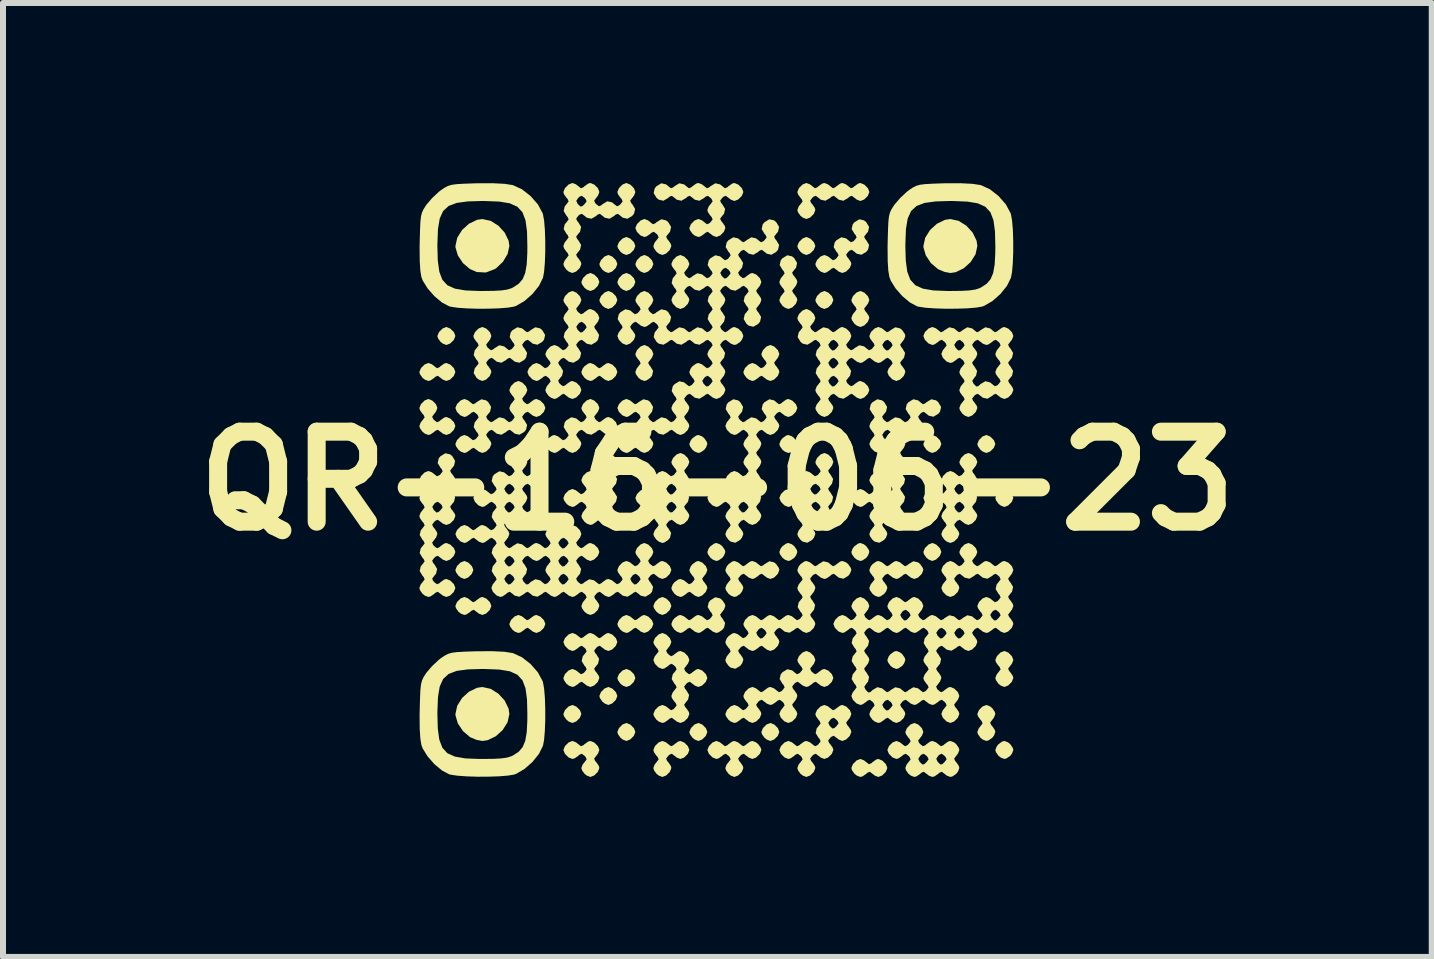
<source format=kicad_pcb>
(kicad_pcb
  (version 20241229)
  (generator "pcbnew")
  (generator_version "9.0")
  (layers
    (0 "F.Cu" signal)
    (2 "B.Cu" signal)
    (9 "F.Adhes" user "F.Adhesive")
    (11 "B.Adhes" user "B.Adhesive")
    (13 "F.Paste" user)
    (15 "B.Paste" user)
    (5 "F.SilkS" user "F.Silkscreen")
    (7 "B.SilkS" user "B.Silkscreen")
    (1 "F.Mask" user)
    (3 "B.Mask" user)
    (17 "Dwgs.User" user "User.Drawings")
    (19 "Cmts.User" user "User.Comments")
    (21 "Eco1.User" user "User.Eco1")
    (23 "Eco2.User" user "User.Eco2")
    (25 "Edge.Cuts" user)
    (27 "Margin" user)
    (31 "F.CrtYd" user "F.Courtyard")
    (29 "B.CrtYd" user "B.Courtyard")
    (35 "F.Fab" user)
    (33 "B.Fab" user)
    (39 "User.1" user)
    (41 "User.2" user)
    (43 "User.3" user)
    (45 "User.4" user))
  (footprint "QR-16-06-23"
    (layer "F.Cu")
    (at 8.907 4.967)
    (property "Reference" "QR-16-06-23" (at 0 0 0) (layer "F.SilkS") (effects (font (size 1.5 1.5) (thickness 0.3))))
    (attr board_only exclude_from_pos_files exclude_from_bom)
    (fp_poly (pts (xy -4.451 -2.54) (xy -4.391 -2.48) (xy -4.367 -2.417) (xy -4.393 -2.351) (xy -4.454 -2.291) (xy -4.517 -2.267) (xy -4.575 -2.289) (xy -4.614 -2.319) (xy -4.657 -2.38) (xy -4.667 -2.417) (xy -4.64 -2.482) (xy -4.58 -2.542) (xy -4.517 -2.567)) (stroke (width 0) (type solid)) (fill yes) (layer "F.SilkS"))
    (fp_poly (pts (xy -4.151 1.36) (xy -4.091 1.42) (xy -4.067 1.483) (xy -4.093 1.549) (xy -4.154 1.609) (xy -4.217 1.633) (xy -4.275 1.611) (xy -4.314 1.581) (xy -4.357 1.52) (xy -4.367 1.483) (xy -4.34 1.418) (xy -4.28 1.358) (xy -4.217 1.333)) (stroke (width 0) (type solid)) (fill yes) (layer "F.SilkS"))
    (fp_poly (pts (xy -2.351 3.76) (xy -2.291 3.82) (xy -2.267 3.883) (xy -2.293 3.949) (xy -2.354 4.009) (xy -2.417 4.033) (xy -2.475 4.011) (xy -2.514 3.981) (xy -2.557 3.92) (xy -2.567 3.883) (xy -2.54 3.818) (xy -2.48 3.758) (xy -2.417 3.733)) (stroke (width 0) (type solid)) (fill yes) (layer "F.SilkS"))
    (fp_poly (pts (xy -2.051 -3.44) (xy -1.991 -3.38) (xy -1.967 -3.317) (xy -1.993 -3.251) (xy -2.054 -3.191) (xy -2.117 -3.167) (xy -2.175 -3.189) (xy -2.214 -3.219) (xy -2.257 -3.28) (xy -2.267 -3.317) (xy -2.24 -3.382) (xy -2.18 -3.442) (xy -2.117 -3.467)) (stroke (width 0) (type solid)) (fill yes) (layer "F.SilkS"))
    (fp_poly (pts (xy -1.751 -3.74) (xy -1.691 -3.68) (xy -1.667 -3.617) (xy -1.693 -3.551) (xy -1.754 -3.491) (xy -1.817 -3.467) (xy -1.875 -3.489) (xy -1.914 -3.519) (xy -1.957 -3.58) (xy -1.967 -3.617) (xy -1.94 -3.682) (xy -1.88 -3.742) (xy -1.817 -3.767)) (stroke (width 0) (type solid)) (fill yes) (layer "F.SilkS"))
    (fp_poly (pts (xy -1.751 -3.14) (xy -1.691 -3.08) (xy -1.667 -3.017) (xy -1.693 -2.951) (xy -1.754 -2.891) (xy -1.817 -2.867) (xy -1.875 -2.889) (xy -1.914 -2.919) (xy -1.957 -2.98) (xy -1.967 -3.017) (xy -1.94 -3.082) (xy -1.88 -3.142) (xy -1.817 -3.167)) (stroke (width 0) (type solid)) (fill yes) (layer "F.SilkS"))
    (fp_poly (pts (xy -1.751 3.46) (xy -1.691 3.52) (xy -1.667 3.583) (xy -1.693 3.649) (xy -1.754 3.709) (xy -1.817 3.733) (xy -1.875 3.711) (xy -1.914 3.681) (xy -1.957 3.62) (xy -1.967 3.583) (xy -1.94 3.518) (xy -1.88 3.458) (xy -1.817 3.433)) (stroke (width 0) (type solid)) (fill yes) (layer "F.SilkS"))
    (fp_poly (pts (xy -1.451 -4.04) (xy -1.391 -3.98) (xy -1.367 -3.917) (xy -1.393 -3.851) (xy -1.454 -3.791) (xy -1.517 -3.767) (xy -1.575 -3.789) (xy -1.614 -3.819) (xy -1.657 -3.88) (xy -1.667 -3.917) (xy -1.64 -3.982) (xy -1.58 -4.042) (xy -1.517 -4.067)) (stroke (width 0) (type solid)) (fill yes) (layer "F.SilkS"))
    (fp_poly (pts (xy -1.451 -3.44) (xy -1.391 -3.38) (xy -1.367 -3.317) (xy -1.393 -3.251) (xy -1.454 -3.191) (xy -1.517 -3.167) (xy -1.575 -3.189) (xy -1.614 -3.219) (xy -1.657 -3.28) (xy -1.667 -3.317) (xy -1.64 -3.382) (xy -1.58 -3.442) (xy -1.517 -3.467)) (stroke (width 0) (type solid)) (fill yes) (layer "F.SilkS"))
    (fp_poly (pts (xy -1.451 3.16) (xy -1.391 3.22) (xy -1.367 3.283) (xy -1.393 3.349) (xy -1.454 3.409) (xy -1.517 3.433) (xy -1.575 3.411) (xy -1.614 3.381) (xy -1.657 3.32) (xy -1.667 3.283) (xy -1.64 3.218) (xy -1.58 3.158) (xy -1.517 3.133)) (stroke (width 0) (type solid)) (fill yes) (layer "F.SilkS"))
    (fp_poly (pts (xy -1.451 4.06) (xy -1.391 4.12) (xy -1.367 4.183) (xy -1.393 4.249) (xy -1.454 4.309) (xy -1.517 4.333) (xy -1.575 4.311) (xy -1.614 4.281) (xy -1.657 4.22) (xy -1.667 4.183) (xy -1.64 4.118) (xy -1.58 4.058) (xy -1.517 4.033)) (stroke (width 0) (type solid)) (fill yes) (layer "F.SilkS"))
    (fp_poly (pts (xy -1.151 -3.74) (xy -1.091 -3.68) (xy -1.067 -3.617) (xy -1.093 -3.551) (xy -1.154 -3.491) (xy -1.217 -3.467) (xy -1.275 -3.489) (xy -1.314 -3.519) (xy -1.357 -3.58) (xy -1.367 -3.617) (xy -1.34 -3.682) (xy -1.28 -3.742) (xy -1.217 -3.767)) (stroke (width 0) (type solid)) (fill yes) (layer "F.SilkS"))
    (fp_poly (pts (xy -0.851 1.96) (xy -0.791 2.02) (xy -0.767 2.083) (xy -0.793 2.149) (xy -0.854 2.209) (xy -0.917 2.233) (xy -0.975 2.211) (xy -1.014 2.181) (xy -1.057 2.12) (xy -1.067 2.083) (xy -1.04 2.018) (xy -0.98 1.958) (xy -0.917 1.933)) (stroke (width 0) (type solid)) (fill yes) (layer "F.SilkS"))
    (fp_poly (pts (xy -0.251 4.06) (xy -0.191 4.12) (xy -0.167 4.183) (xy -0.193 4.249) (xy -0.254 4.309) (xy -0.317 4.333) (xy -0.375 4.311) (xy -0.414 4.281) (xy -0.457 4.22) (xy -0.467 4.183) (xy -0.44 4.118) (xy -0.38 4.058) (xy -0.317 4.033)) (stroke (width 0) (type solid)) (fill yes) (layer "F.SilkS"))
    (fp_poly (pts (xy 0.949 4.06) (xy 1.009 4.12) (xy 1.033 4.183) (xy 1.007 4.249) (xy 0.946 4.309) (xy 0.883 4.333) (xy 0.825 4.311) (xy 0.786 4.281) (xy 0.743 4.22) (xy 0.733 4.183) (xy 0.76 4.118) (xy 0.82 4.058) (xy 0.883 4.033)) (stroke (width 0) (type solid)) (fill yes) (layer "F.SilkS"))
    (fp_poly (pts (xy 1.549 -4.04) (xy 1.609 -3.98) (xy 1.633 -3.917) (xy 1.607 -3.851) (xy 1.546 -3.791) (xy 1.483 -3.767) (xy 1.425 -3.789) (xy 1.386 -3.819) (xy 1.343 -3.88) (xy 1.333 -3.917) (xy 1.36 -3.982) (xy 1.42 -4.042) (xy 1.483 -4.067)) (stroke (width 0) (type solid)) (fill yes) (layer "F.SilkS"))
    (fp_poly (pts (xy 1.849 -3.14) (xy 1.909 -3.08) (xy 1.933 -3.017) (xy 1.907 -2.951) (xy 1.846 -2.891) (xy 1.783 -2.867) (xy 1.725 -2.889) (xy 1.686 -2.919) (xy 1.643 -2.98) (xy 1.633 -3.017) (xy 1.66 -3.082) (xy 1.72 -3.142) (xy 1.783 -3.167)) (stroke (width 0) (type solid)) (fill yes) (layer "F.SilkS"))
    (fp_poly (pts (xy 3.649 -0.74) (xy 3.709 -0.68) (xy 3.733 -0.617) (xy 3.707 -0.551) (xy 3.646 -0.491) (xy 3.583 -0.467) (xy 3.525 -0.489) (xy 3.486 -0.519) (xy 3.443 -0.58) (xy 3.433 -0.617) (xy 3.46 -0.682) (xy 3.52 -0.742) (xy 3.583 -0.767)) (stroke (width 0) (type solid)) (fill yes) (layer "F.SilkS"))
    (fp_poly (pts (xy 3.649 1.06) (xy 3.709 1.12) (xy 3.733 1.183) (xy 3.707 1.249) (xy 3.646 1.309) (xy 3.583 1.333) (xy 3.525 1.311) (xy 3.486 1.281) (xy 3.443 1.22) (xy 3.433 1.183) (xy 3.46 1.118) (xy 3.52 1.058) (xy 3.583 1.033)) (stroke (width 0) (type solid)) (fill yes) (layer "F.SilkS"))
    (fp_poly (pts (xy 4.549 -0.74) (xy 4.609 -0.68) (xy 4.633 -0.617) (xy 4.607 -0.551) (xy 4.546 -0.491) (xy 4.483 -0.467) (xy 4.425 -0.489) (xy 4.386 -0.519) (xy 4.343 -0.58) (xy 4.333 -0.617) (xy 4.36 -0.682) (xy 4.42 -0.742) (xy 4.483 -0.767)) (stroke (width 0) (type solid)) (fill yes) (layer "F.SilkS"))
    (fp_poly (pts (xy 4.849 0.16) (xy 4.909 0.22) (xy 4.933 0.283) (xy 4.907 0.349) (xy 4.846 0.409) (xy 4.783 0.433) (xy 4.725 0.411) (xy 4.686 0.381) (xy 4.643 0.32) (xy 4.633 0.283) (xy 4.66 0.218) (xy 4.72 0.158) (xy 4.783 0.133)) (stroke (width 0) (type solid)) (fill yes) (layer "F.SilkS"))
    (fp_poly (pts (xy -0.258 -0.745) (xy -0.219 -0.714) (xy -0.177 -0.653) (xy -0.167 -0.617) (xy -0.189 -0.558) (xy -0.219 -0.519) (xy -0.28 -0.477) (xy -0.317 -0.467) (xy -0.375 -0.489) (xy -0.414 -0.519) (xy -0.457 -0.58) (xy -0.467 -0.617) (xy -0.445 -0.675) (xy -0.414 -0.714) (xy -0.353 -0.757) (xy -0.317 -0.767)) (stroke (width 0) (type solid)) (fill yes) (layer "F.SilkS"))
    (fp_poly (pts (xy 0.042 1.055) (xy 0.081 1.086) (xy 0.123 1.147) (xy 0.133 1.183) (xy 0.111 1.242) (xy 0.081 1.281) (xy 0.02 1.323) (xy -0.017 1.333) (xy -0.075 1.311) (xy -0.114 1.281) (xy -0.157 1.22) (xy -0.167 1.183) (xy -0.145 1.125) (xy -0.114 1.086) (xy -0.053 1.043) (xy -0.017 1.033)) (stroke (width 0) (type solid)) (fill yes) (layer "F.SilkS"))
    (fp_poly (pts (xy 1.242 -0.745) (xy 1.281 -0.714) (xy 1.323 -0.653) (xy 1.333 -0.617) (xy 1.311 -0.558) (xy 1.281 -0.519) (xy 1.22 -0.477) (xy 1.183 -0.467) (xy 1.125 -0.489) (xy 1.086 -0.519) (xy 1.043 -0.58) (xy 1.033 -0.617) (xy 1.055 -0.675) (xy 1.086 -0.714) (xy 1.147 -0.757) (xy 1.183 -0.767)) (stroke (width 0) (type solid)) (fill yes) (layer "F.SilkS"))
    (fp_poly (pts (xy 1.242 1.055) (xy 1.281 1.086) (xy 1.323 1.147) (xy 1.333 1.183) (xy 1.311 1.242) (xy 1.281 1.281) (xy 1.22 1.323) (xy 1.183 1.333) (xy 1.125 1.311) (xy 1.086 1.281) (xy 1.043 1.22) (xy 1.033 1.183) (xy 1.055 1.125) (xy 1.086 1.086) (xy 1.147 1.043) (xy 1.183 1.033)) (stroke (width 0) (type solid)) (fill yes) (layer "F.SilkS"))
    (fp_poly (pts (xy 2.142 -0.745) (xy 2.181 -0.714) (xy 2.223 -0.653) (xy 2.233 -0.617) (xy 2.211 -0.558) (xy 2.181 -0.519) (xy 2.12 -0.477) (xy 2.083 -0.467) (xy 2.025 -0.489) (xy 1.986 -0.519) (xy 1.943 -0.58) (xy 1.933 -0.617) (xy 1.955 -0.675) (xy 1.986 -0.714) (xy 2.047 -0.757) (xy 2.083 -0.767)) (stroke (width 0) (type solid)) (fill yes) (layer "F.SilkS"))
    (fp_poly (pts (xy 2.442 1.055) (xy 2.481 1.086) (xy 2.523 1.147) (xy 2.533 1.183) (xy 2.511 1.242) (xy 2.481 1.281) (xy 2.42 1.323) (xy 2.383 1.333) (xy 2.325 1.311) (xy 2.286 1.281) (xy 2.243 1.22) (xy 2.233 1.183) (xy 2.255 1.125) (xy 2.286 1.086) (xy 2.347 1.043) (xy 2.383 1.033)) (stroke (width 0) (type solid)) (fill yes) (layer "F.SilkS"))
    (fp_poly (pts (xy 3.042 2.855) (xy 3.081 2.886) (xy 3.123 2.947) (xy 3.133 2.983) (xy 3.111 3.042) (xy 3.081 3.081) (xy 3.02 3.123) (xy 2.983 3.133) (xy 2.925 3.111) (xy 2.886 3.081) (xy 2.843 3.02) (xy 2.833 2.983) (xy 2.855 2.925) (xy 2.886 2.886) (xy 2.947 2.843) (xy 2.983 2.833)) (stroke (width 0) (type solid)) (fill yes) (layer "F.SilkS"))
    (fp_poly (pts (xy 4.842 4.355) (xy 4.881 4.386) (xy 4.923 4.447) (xy 4.933 4.483) (xy 4.911 4.542) (xy 4.881 4.581) (xy 4.82 4.623) (xy 4.783 4.633) (xy 4.725 4.611) (xy 4.686 4.581) (xy 4.643 4.52) (xy 4.633 4.483) (xy 4.655 4.425) (xy 4.686 4.386) (xy 4.747 4.343) (xy 4.783 4.333)) (stroke (width 0) (type solid)) (fill yes) (layer "F.SilkS"))
    (fp_poly (pts (xy -3.779 -4.336) (xy -3.65 -4.255) (xy -3.545 -4.14) (xy -3.48 -4.006) (xy -3.467 -3.917) (xy -3.496 -3.785) (xy -3.573 -3.655) (xy -3.685 -3.548) (xy -3.708 -3.533) (xy -3.859 -3.475) (xy -4.011 -3.483) (xy -4.125 -3.533) (xy -4.241 -3.632) (xy -4.326 -3.76) (xy -4.365 -3.893) (xy -4.366 -3.917) (xy -4.336 -4.054) (xy -4.255 -4.184) (xy -4.14 -4.288) (xy -4.006 -4.353) (xy -3.917 -4.366)) (stroke (width 0) (type solid)) (fill yes) (layer "F.SilkS"))
    (fp_poly (pts (xy -3.779 3.464) (xy -3.65 3.545) (xy -3.545 3.66) (xy -3.48 3.794) (xy -3.467 3.883) (xy -3.497 4.021) (xy -3.578 4.15) (xy -3.694 4.255) (xy -3.828 4.32) (xy -3.917 4.333) (xy -4.014 4.315) (xy -4.117 4.272) (xy -4.125 4.267) (xy -4.241 4.168) (xy -4.326 4.04) (xy -4.365 3.907) (xy -4.366 3.883) (xy -4.336 3.746) (xy -4.255 3.616) (xy -4.14 3.512) (xy -4.006 3.447) (xy -3.917 3.434)) (stroke (width 0) (type solid)) (fill yes) (layer "F.SilkS"))
    (fp_poly (pts (xy 4.021 -4.336) (xy 4.15 -4.255) (xy 4.255 -4.14) (xy 4.32 -4.006) (xy 4.333 -3.917) (xy 4.303 -3.779) (xy 4.222 -3.65) (xy 4.106 -3.545) (xy 3.972 -3.48) (xy 3.883 -3.467) (xy 3.786 -3.485) (xy 3.683 -3.528) (xy 3.675 -3.533) (xy 3.559 -3.632) (xy 3.474 -3.76) (xy 3.435 -3.893) (xy 3.434 -3.917) (xy 3.464 -4.054) (xy 3.545 -4.184) (xy 3.66 -4.288) (xy 3.794 -4.353) (xy 3.883 -4.366)) (stroke (width 0) (type solid)) (fill yes) (layer "F.SilkS"))
    (fp_poly (pts (xy -4.451 -1.94) (xy -4.391 -1.88) (xy -4.367 -1.817) (xy -4.393 -1.751) (xy -4.454 -1.691) (xy -4.517 -1.667) (xy -4.575 -1.689) (xy -4.614 -1.719) (xy -4.66 -1.754) (xy -4.7 -1.737) (xy -4.719 -1.719) (xy -4.78 -1.677) (xy -4.817 -1.667) (xy -4.875 -1.689) (xy -4.914 -1.719) (xy -4.957 -1.78) (xy -4.967 -1.817) (xy -4.94 -1.882) (xy -4.88 -1.942) (xy -4.817 -1.967) (xy -4.758 -1.945) (xy -4.719 -1.914) (xy -4.673 -1.879) (xy -4.633 -1.896) (xy -4.614 -1.914) (xy -4.553 -1.957) (xy -4.517 -1.967)) (stroke (width 0) (type solid)) (fill yes) (layer "F.SilkS"))
    (fp_poly (pts (xy -3.851 1.96) (xy -3.791 2.02) (xy -3.767 2.083) (xy -3.793 2.149) (xy -3.854 2.209) (xy -3.917 2.233) (xy -3.975 2.211) (xy -4.014 2.181) (xy -4.06 2.146) (xy -4.1 2.163) (xy -4.119 2.181) (xy -4.18 2.223) (xy -4.217 2.233) (xy -4.275 2.211) (xy -4.314 2.181) (xy -4.357 2.12) (xy -4.367 2.083) (xy -4.34 2.018) (xy -4.28 1.958) (xy -4.217 1.933) (xy -4.158 1.955) (xy -4.119 1.986) (xy -4.073 2.021) (xy -4.033 2.004) (xy -4.014 1.986) (xy -3.953 1.943) (xy -3.917 1.933)) (stroke (width 0) (type solid)) (fill yes) (layer "F.SilkS"))
    (fp_poly (pts (xy -2.951 2.26) (xy -2.891 2.32) (xy -2.867 2.383) (xy -2.893 2.449) (xy -2.954 2.509) (xy -3.017 2.533) (xy -3.075 2.511) (xy -3.114 2.481) (xy -3.16 2.446) (xy -3.2 2.463) (xy -3.219 2.481) (xy -3.28 2.523) (xy -3.317 2.533) (xy -3.375 2.511) (xy -3.414 2.481) (xy -3.457 2.42) (xy -3.467 2.383) (xy -3.44 2.318) (xy -3.38 2.258) (xy -3.317 2.233) (xy -3.258 2.255) (xy -3.219 2.286) (xy -3.173 2.321) (xy -3.133 2.304) (xy -3.114 2.286) (xy -3.053 2.243) (xy -3.017 2.233)) (stroke (width 0) (type solid)) (fill yes) (layer "F.SilkS"))
    (fp_poly (pts (xy -1.151 -2.24) (xy -1.091 -2.18) (xy -1.067 -2.117) (xy -1.089 -2.058) (xy -1.119 -2.019) (xy -1.154 -1.973) (xy -1.137 -1.933) (xy -1.119 -1.914) (xy -1.071 -1.834) (xy -1.089 -1.755) (xy -1.119 -1.719) (xy -1.18 -1.677) (xy -1.217 -1.667) (xy -1.275 -1.689) (xy -1.314 -1.719) (xy -1.357 -1.78) (xy -1.367 -1.817) (xy -1.345 -1.875) (xy -1.314 -1.914) (xy -1.279 -1.96) (xy -1.296 -2) (xy -1.314 -2.019) (xy -1.357 -2.08) (xy -1.367 -2.117) (xy -1.34 -2.182) (xy -1.28 -2.242) (xy -1.217 -2.267)) (stroke (width 0) (type solid)) (fill yes) (layer "F.SilkS"))
    (fp_poly (pts (xy -1.151 2.26) (xy -1.091 2.32) (xy -1.067 2.383) (xy -1.093 2.449) (xy -1.154 2.509) (xy -1.217 2.533) (xy -1.275 2.511) (xy -1.314 2.481) (xy -1.36 2.446) (xy -1.4 2.463) (xy -1.419 2.481) (xy -1.48 2.523) (xy -1.517 2.533) (xy -1.575 2.511) (xy -1.614 2.481) (xy -1.657 2.42) (xy -1.667 2.383) (xy -1.64 2.318) (xy -1.58 2.258) (xy -1.517 2.233) (xy -1.458 2.255) (xy -1.419 2.286) (xy -1.373 2.321) (xy -1.333 2.304) (xy -1.314 2.286) (xy -1.253 2.243) (xy -1.217 2.233)) (stroke (width 0) (type solid)) (fill yes) (layer "F.SilkS"))
    (fp_poly (pts (xy 2.449 -3.14) (xy 2.509 -3.08) (xy 2.533 -3.017) (xy 2.511 -2.958) (xy 2.481 -2.919) (xy 2.446 -2.873) (xy 2.463 -2.833) (xy 2.481 -2.814) (xy 2.523 -2.753) (xy 2.533 -2.717) (xy 2.507 -2.651) (xy 2.446 -2.591) (xy 2.383 -2.567) (xy 2.325 -2.589) (xy 2.286 -2.619) (xy 2.243 -2.68) (xy 2.233 -2.717) (xy 2.255 -2.775) (xy 2.286 -2.814) (xy 2.321 -2.86) (xy 2.304 -2.9) (xy 2.286 -2.919) (xy 2.243 -2.98) (xy 2.233 -3.017) (xy 2.26 -3.082) (xy 2.32 -3.142) (xy 2.383 -3.167)) (stroke (width 0) (type solid)) (fill yes) (layer "F.SilkS"))
    (fp_poly (pts (xy 2.749 4.66) (xy 2.809 4.72) (xy 2.833 4.783) (xy 2.807 4.849) (xy 2.746 4.909) (xy 2.683 4.933) (xy 2.625 4.911) (xy 2.586 4.881) (xy 2.54 4.846) (xy 2.5 4.863) (xy 2.481 4.881) (xy 2.42 4.923) (xy 2.383 4.933) (xy 2.325 4.911) (xy 2.286 4.881) (xy 2.243 4.82) (xy 2.233 4.783) (xy 2.26 4.718) (xy 2.32 4.658) (xy 2.383 4.633) (xy 2.442 4.655) (xy 2.481 4.686) (xy 2.527 4.721) (xy 2.567 4.704) (xy 2.586 4.686) (xy 2.647 4.643) (xy 2.683 4.633)) (stroke (width 0) (type solid)) (fill yes) (layer "F.SilkS"))
    (fp_poly (pts (xy 4.849 2.86) (xy 4.909 2.92) (xy 4.933 2.983) (xy 4.911 3.042) (xy 4.881 3.081) (xy 4.846 3.127) (xy 4.863 3.167) (xy 4.881 3.186) (xy 4.923 3.247) (xy 4.933 3.283) (xy 4.907 3.349) (xy 4.846 3.409) (xy 4.783 3.433) (xy 4.725 3.411) (xy 4.686 3.381) (xy 4.643 3.32) (xy 4.633 3.283) (xy 4.655 3.225) (xy 4.686 3.186) (xy 4.721 3.14) (xy 4.704 3.1) (xy 4.686 3.081) (xy 4.643 3.02) (xy 4.633 2.983) (xy 4.66 2.918) (xy 4.72 2.858) (xy 4.783 2.833)) (stroke (width 0) (type solid)) (fill yes) (layer "F.SilkS"))
    (fp_poly (pts (xy -1.751 -1.94) (xy -1.691 -1.88) (xy -1.667 -1.817) (xy -1.693 -1.751) (xy -1.754 -1.691) (xy -1.817 -1.667) (xy -1.875 -1.689) (xy -1.914 -1.719) (xy -1.96 -1.754) (xy -2 -1.737) (xy -2.019 -1.719) (xy -2.08 -1.677) (xy -2.117 -1.667) (xy -2.175 -1.689) (xy -2.214 -1.719) (xy -2.257 -1.78) (xy -2.267 -1.817) (xy -2.245 -1.875) (xy -2.214 -1.914) (xy -2.153 -1.957) (xy -2.117 -1.967) (xy -2.058 -1.945) (xy -2.019 -1.914) (xy -1.973 -1.879) (xy -1.933 -1.896) (xy -1.914 -1.914) (xy -1.853 -1.957) (xy -1.817 -1.967)) (stroke (width 0) (type solid)) (fill yes) (layer "F.SilkS"))
    (fp_poly (pts (xy 4.542 3.755) (xy 4.581 3.786) (xy 4.623 3.847) (xy 4.633 3.883) (xy 4.611 3.942) (xy 4.581 3.981) (xy 4.546 4.027) (xy 4.563 4.067) (xy 4.581 4.086) (xy 4.623 4.147) (xy 4.633 4.183) (xy 4.611 4.242) (xy 4.581 4.281) (xy 4.52 4.323) (xy 4.483 4.333) (xy 4.425 4.311) (xy 4.386 4.281) (xy 4.343 4.22) (xy 4.333 4.183) (xy 4.355 4.125) (xy 4.386 4.086) (xy 4.421 4.04) (xy 4.404 4) (xy 4.386 3.981) (xy 4.343 3.92) (xy 4.333 3.883) (xy 4.36 3.818) (xy 4.42 3.758) (xy 4.483 3.733)) (stroke (width 0) (type solid)) (fill yes) (layer "F.SilkS"))
    (fp_poly (pts (xy -1.158 -4.345) (xy -1.119 -4.314) (xy -1.073 -4.279) (xy -1.033 -4.296) (xy -1.014 -4.314) (xy -0.934 -4.362) (xy -0.855 -4.344) (xy -0.819 -4.314) (xy -0.771 -4.234) (xy -0.789 -4.155) (xy -0.819 -4.119) (xy -0.854 -4.073) (xy -0.837 -4.033) (xy -0.819 -4.014) (xy -0.777 -3.953) (xy -0.767 -3.917) (xy -0.793 -3.851) (xy -0.854 -3.791) (xy -0.917 -3.767) (xy -0.975 -3.789) (xy -1.014 -3.819) (xy -1.057 -3.88) (xy -1.067 -3.917) (xy -1.045 -3.975) (xy -1.014 -4.014) (xy -0.979 -4.06) (xy -0.996 -4.1) (xy -1.014 -4.119) (xy -1.06 -4.154) (xy -1.1 -4.137) (xy -1.119 -4.119) (xy -1.18 -4.077) (xy -1.217 -4.067) (xy -1.282 -4.093) (xy -1.342 -4.154) (xy -1.367 -4.217) (xy -1.34 -4.282) (xy -1.28 -4.342) (xy -1.217 -4.367)) (stroke (width 0) (type solid)) (fill yes) (layer "F.SilkS"))
    (fp_poly (pts (xy -4.751 -1.34) (xy -4.691 -1.28) (xy -4.667 -1.217) (xy -4.689 -1.158) (xy -4.719 -1.119) (xy -4.754 -1.073) (xy -4.737 -1.033) (xy -4.719 -1.014) (xy -4.673 -0.979) (xy -4.633 -0.996) (xy -4.614 -1.014) (xy -4.553 -1.057) (xy -4.517 -1.067) (xy -4.451 -1.04) (xy -4.391 -0.98) (xy -4.367 -0.917) (xy -4.393 -0.851) (xy -4.454 -0.791) (xy -4.517 -0.767) (xy -4.575 -0.789) (xy -4.614 -0.819) (xy -4.66 -0.854) (xy -4.7 -0.837) (xy -4.719 -0.819) (xy -4.78 -0.777) (xy -4.817 -0.767) (xy -4.875 -0.789) (xy -4.914 -0.819) (xy -4.957 -0.88) (xy -4.967 -0.917) (xy -4.945 -0.975) (xy -4.914 -1.014) (xy -4.879 -1.06) (xy -4.896 -1.1) (xy -4.914 -1.119) (xy -4.957 -1.18) (xy -4.967 -1.217) (xy -4.94 -1.282) (xy -4.88 -1.342) (xy -4.817 -1.367)) (stroke (width 0) (type solid)) (fill yes) (layer "F.SilkS"))
    (fp_poly (pts (xy -2.051 4.36) (xy -1.991 4.42) (xy -1.967 4.483) (xy -1.989 4.542) (xy -2.019 4.581) (xy -2.054 4.627) (xy -2.037 4.667) (xy -2.019 4.686) (xy -1.977 4.747) (xy -1.967 4.783) (xy -1.993 4.849) (xy -2.054 4.909) (xy -2.117 4.933) (xy -2.175 4.911) (xy -2.214 4.881) (xy -2.257 4.82) (xy -2.267 4.783) (xy -2.245 4.725) (xy -2.214 4.686) (xy -2.179 4.64) (xy -2.196 4.6) (xy -2.214 4.581) (xy -2.26 4.546) (xy -2.3 4.563) (xy -2.319 4.581) (xy -2.38 4.623) (xy -2.417 4.633) (xy -2.482 4.607) (xy -2.542 4.546) (xy -2.567 4.483) (xy -2.54 4.418) (xy -2.48 4.358) (xy -2.417 4.333) (xy -2.358 4.355) (xy -2.319 4.386) (xy -2.273 4.421) (xy -2.233 4.404) (xy -2.214 4.386) (xy -2.153 4.343) (xy -2.117 4.333)) (stroke (width 0) (type solid)) (fill yes) (layer "F.SilkS"))
    (fp_poly (pts (xy -0.551 4.36) (xy -0.491 4.42) (xy -0.467 4.483) (xy -0.493 4.549) (xy -0.554 4.609) (xy -0.617 4.633) (xy -0.675 4.611) (xy -0.714 4.581) (xy -0.76 4.546) (xy -0.8 4.563) (xy -0.819 4.581) (xy -0.854 4.627) (xy -0.837 4.667) (xy -0.819 4.686) (xy -0.777 4.747) (xy -0.767 4.783) (xy -0.793 4.849) (xy -0.854 4.909) (xy -0.917 4.933) (xy -0.975 4.911) (xy -1.014 4.881) (xy -1.057 4.82) (xy -1.067 4.783) (xy -1.045 4.725) (xy -1.014 4.686) (xy -0.979 4.64) (xy -0.996 4.6) (xy -1.014 4.581) (xy -1.057 4.52) (xy -1.067 4.483) (xy -1.04 4.418) (xy -0.98 4.358) (xy -0.917 4.333) (xy -0.858 4.355) (xy -0.819 4.386) (xy -0.773 4.421) (xy -0.733 4.404) (xy -0.714 4.386) (xy -0.653 4.343) (xy -0.617 4.333)) (stroke (width 0) (type solid)) (fill yes) (layer "F.SilkS"))
    (fp_poly (pts (xy 0.949 -2.24) (xy 1.009 -2.18) (xy 1.033 -2.117) (xy 1.011 -2.058) (xy 0.981 -2.019) (xy 0.946 -1.973) (xy 0.963 -1.933) (xy 0.981 -1.914) (xy 1.023 -1.853) (xy 1.033 -1.817) (xy 1.007 -1.751) (xy 0.946 -1.691) (xy 0.883 -1.667) (xy 0.825 -1.689) (xy 0.786 -1.719) (xy 0.74 -1.754) (xy 0.7 -1.737) (xy 0.681 -1.719) (xy 0.62 -1.677) (xy 0.583 -1.667) (xy 0.525 -1.689) (xy 0.486 -1.719) (xy 0.443 -1.78) (xy 0.433 -1.817) (xy 0.46 -1.882) (xy 0.52 -1.942) (xy 0.583 -1.967) (xy 0.642 -1.945) (xy 0.681 -1.914) (xy 0.727 -1.879) (xy 0.767 -1.896) (xy 0.786 -1.914) (xy 0.821 -1.96) (xy 0.804 -2) (xy 0.786 -2.019) (xy 0.743 -2.08) (xy 0.733 -2.117) (xy 0.76 -2.182) (xy 0.82 -2.242) (xy 0.883 -2.267)) (stroke (width 0) (type solid)) (fill yes) (layer "F.SilkS"))
    (fp_poly (pts (xy 1.245 -3.744) (xy 1.281 -3.714) (xy 1.329 -3.634) (xy 1.311 -3.555) (xy 1.281 -3.519) (xy 1.246 -3.473) (xy 1.263 -3.433) (xy 1.281 -3.414) (xy 1.323 -3.353) (xy 1.333 -3.317) (xy 1.311 -3.258) (xy 1.281 -3.219) (xy 1.246 -3.173) (xy 1.263 -3.133) (xy 1.281 -3.114) (xy 1.323 -3.053) (xy 1.333 -3.017) (xy 1.307 -2.951) (xy 1.246 -2.891) (xy 1.183 -2.867) (xy 1.125 -2.889) (xy 1.086 -2.919) (xy 1.043 -2.98) (xy 1.033 -3.017) (xy 1.055 -3.075) (xy 1.086 -3.114) (xy 1.121 -3.16) (xy 1.104 -3.2) (xy 1.086 -3.219) (xy 1.043 -3.28) (xy 1.033 -3.317) (xy 1.055 -3.375) (xy 1.086 -3.414) (xy 1.121 -3.46) (xy 1.104 -3.5) (xy 1.086 -3.519) (xy 1.038 -3.599) (xy 1.056 -3.678) (xy 1.086 -3.714) (xy 1.166 -3.762)) (stroke (width 0) (type solid)) (fill yes) (layer "F.SilkS"))
    (fp_poly (pts (xy -0.251 1.36) (xy -0.191 1.42) (xy -0.167 1.483) (xy -0.189 1.542) (xy -0.219 1.581) (xy -0.254 1.627) (xy -0.237 1.667) (xy -0.219 1.686) (xy -0.177 1.747) (xy -0.167 1.783) (xy -0.193 1.849) (xy -0.254 1.909) (xy -0.317 1.933) (xy -0.375 1.911) (xy -0.414 1.881) (xy -0.46 1.846) (xy -0.5 1.863) (xy -0.519 1.881) (xy -0.58 1.923) (xy -0.617 1.933) (xy -0.675 1.911) (xy -0.714 1.881) (xy -0.757 1.82) (xy -0.767 1.783) (xy -0.745 1.725) (xy -0.714 1.686) (xy -0.653 1.643) (xy -0.617 1.633) (xy -0.558 1.655) (xy -0.519 1.686) (xy -0.473 1.721) (xy -0.433 1.704) (xy -0.414 1.686) (xy -0.379 1.64) (xy -0.396 1.6) (xy -0.414 1.581) (xy -0.457 1.52) (xy -0.467 1.483) (xy -0.445 1.425) (xy -0.414 1.386) (xy -0.353 1.343) (xy -0.317 1.333)) (stroke (width 0) (type solid)) (fill yes) (layer "F.SilkS"))
    (fp_poly (pts (xy 0.642 4.355) (xy 0.681 4.386) (xy 0.723 4.447) (xy 0.733 4.483) (xy 0.707 4.549) (xy 0.646 4.609) (xy 0.583 4.633) (xy 0.525 4.611) (xy 0.486 4.581) (xy 0.44 4.546) (xy 0.4 4.563) (xy 0.381 4.581) (xy 0.346 4.627) (xy 0.363 4.667) (xy 0.381 4.686) (xy 0.423 4.747) (xy 0.433 4.783) (xy 0.407 4.849) (xy 0.346 4.909) (xy 0.283 4.933) (xy 0.225 4.911) (xy 0.186 4.881) (xy 0.143 4.82) (xy 0.133 4.783) (xy 0.155 4.725) (xy 0.186 4.686) (xy 0.221 4.64) (xy 0.204 4.6) (xy 0.186 4.581) (xy 0.14 4.546) (xy 0.1 4.563) (xy 0.081 4.581) (xy 0.02 4.623) (xy -0.017 4.633) (xy -0.082 4.607) (xy -0.142 4.546) (xy -0.167 4.483) (xy -0.14 4.418) (xy -0.08 4.358) (xy -0.017 4.333) (xy 0.042 4.355) (xy 0.081 4.386) (xy 0.127 4.421) (xy 0.167 4.404) (xy 0.186 4.386) (xy 0.247 4.343) (xy 0.283 4.333) (xy 0.342 4.355) (xy 0.381 4.386) (xy 0.427 4.421) (xy 0.467 4.404) (xy 0.486 4.386) (xy 0.547 4.343) (xy 0.583 4.333)) (stroke (width 0) (type solid)) (fill yes) (layer "F.SilkS"))
    (fp_poly (pts (xy 0.045 1.956) (xy 0.081 1.986) (xy 0.123 2.047) (xy 0.133 2.083) (xy 0.111 2.142) (xy 0.081 2.181) (xy 0.046 2.227) (xy 0.063 2.267) (xy 0.081 2.286) (xy 0.129 2.366) (xy 0.111 2.445) (xy 0.081 2.481) (xy 0.02 2.523) (xy -0.017 2.533) (xy -0.075 2.511) (xy -0.114 2.481) (xy -0.16 2.446) (xy -0.2 2.463) (xy -0.219 2.481) (xy -0.28 2.523) (xy -0.317 2.533) (xy -0.375 2.511) (xy -0.414 2.481) (xy -0.46 2.446) (xy -0.5 2.463) (xy -0.519 2.481) (xy -0.58 2.523) (xy -0.617 2.533) (xy -0.675 2.511) (xy -0.714 2.481) (xy -0.757 2.42) (xy -0.767 2.383) (xy -0.745 2.325) (xy -0.714 2.286) (xy -0.653 2.243) (xy -0.617 2.233) (xy -0.558 2.255) (xy -0.519 2.286) (xy -0.473 2.321) (xy -0.433 2.304) (xy -0.414 2.286) (xy -0.353 2.243) (xy -0.317 2.233) (xy -0.258 2.255) (xy -0.219 2.286) (xy -0.173 2.321) (xy -0.133 2.304) (xy -0.114 2.286) (xy -0.079 2.24) (xy -0.096 2.2) (xy -0.114 2.181) (xy -0.162 2.101) (xy -0.144 2.022) (xy -0.114 1.986) (xy -0.034 1.938)) (stroke (width 0) (type solid)) (fill yes) (layer "F.SilkS"))
    (fp_poly (pts (xy 0.642 1.355) (xy 0.681 1.386) (xy 0.727 1.421) (xy 0.767 1.404) (xy 0.786 1.386) (xy 0.866 1.338) (xy 0.945 1.356) (xy 0.981 1.386) (xy 1.023 1.447) (xy 1.033 1.483) (xy 1.007 1.549) (xy 0.946 1.609) (xy 0.883 1.633) (xy 0.825 1.611) (xy 0.786 1.581) (xy 0.74 1.546) (xy 0.7 1.563) (xy 0.681 1.581) (xy 0.62 1.623) (xy 0.583 1.633) (xy 0.525 1.611) (xy 0.486 1.581) (xy 0.44 1.546) (xy 0.4 1.563) (xy 0.381 1.581) (xy 0.346 1.627) (xy 0.363 1.667) (xy 0.381 1.686) (xy 0.423 1.747) (xy 0.433 1.783) (xy 0.411 1.842) (xy 0.381 1.881) (xy 0.32 1.923) (xy 0.283 1.933) (xy 0.225 1.911) (xy 0.186 1.881) (xy 0.143 1.82) (xy 0.133 1.783) (xy 0.155 1.725) (xy 0.186 1.686) (xy 0.221 1.64) (xy 0.204 1.6) (xy 0.186 1.581) (xy 0.143 1.52) (xy 0.133 1.483) (xy 0.155 1.425) (xy 0.186 1.386) (xy 0.247 1.343) (xy 0.283 1.333) (xy 0.342 1.355) (xy 0.381 1.386) (xy 0.427 1.421) (xy 0.467 1.404) (xy 0.486 1.386) (xy 0.547 1.343) (xy 0.583 1.333)) (stroke (width 0) (type solid)) (fill yes) (layer "F.SilkS"))
    (fp_poly (pts (xy 3.042 1.355) (xy 3.081 1.386) (xy 3.127 1.421) (xy 3.167 1.404) (xy 3.186 1.386) (xy 3.266 1.338) (xy 3.345 1.356) (xy 3.381 1.386) (xy 3.423 1.447) (xy 3.433 1.483) (xy 3.407 1.549) (xy 3.346 1.609) (xy 3.283 1.633) (xy 3.225 1.611) (xy 3.186 1.581) (xy 3.14 1.546) (xy 3.1 1.563) (xy 3.081 1.581) (xy 3.02 1.623) (xy 2.983 1.633) (xy 2.925 1.611) (xy 2.886 1.581) (xy 2.84 1.546) (xy 2.8 1.563) (xy 2.781 1.581) (xy 2.746 1.627) (xy 2.763 1.667) (xy 2.781 1.686) (xy 2.823 1.747) (xy 2.833 1.783) (xy 2.811 1.842) (xy 2.781 1.881) (xy 2.72 1.923) (xy 2.683 1.933) (xy 2.625 1.911) (xy 2.586 1.881) (xy 2.543 1.82) (xy 2.533 1.783) (xy 2.555 1.725) (xy 2.586 1.686) (xy 2.621 1.64) (xy 2.604 1.6) (xy 2.586 1.581) (xy 2.543 1.52) (xy 2.533 1.483) (xy 2.555 1.425) (xy 2.586 1.386) (xy 2.647 1.343) (xy 2.683 1.333) (xy 2.742 1.355) (xy 2.781 1.386) (xy 2.827 1.421) (xy 2.867 1.404) (xy 2.886 1.386) (xy 2.947 1.343) (xy 2.983 1.333)) (stroke (width 0) (type solid)) (fill yes) (layer "F.SilkS"))
    (fp_poly (pts (xy 2.445 -4.344) (xy 2.481 -4.314) (xy 2.529 -4.234) (xy 2.511 -4.155) (xy 2.481 -4.119) (xy 2.446 -4.073) (xy 2.463 -4.033) (xy 2.481 -4.014) (xy 2.529 -3.934) (xy 2.511 -3.855) (xy 2.481 -3.819) (xy 2.401 -3.771) (xy 2.322 -3.789) (xy 2.286 -3.819) (xy 2.24 -3.854) (xy 2.2 -3.837) (xy 2.181 -3.819) (xy 2.146 -3.773) (xy 2.163 -3.733) (xy 2.181 -3.714) (xy 2.223 -3.653) (xy 2.233 -3.617) (xy 2.207 -3.551) (xy 2.146 -3.491) (xy 2.083 -3.467) (xy 2.025 -3.489) (xy 1.986 -3.519) (xy 1.94 -3.554) (xy 1.9 -3.537) (xy 1.881 -3.519) (xy 1.82 -3.477) (xy 1.783 -3.467) (xy 1.725 -3.489) (xy 1.686 -3.519) (xy 1.643 -3.58) (xy 1.633 -3.617) (xy 1.66 -3.682) (xy 1.72 -3.742) (xy 1.783 -3.767) (xy 1.842 -3.745) (xy 1.881 -3.714) (xy 1.927 -3.679) (xy 1.967 -3.696) (xy 1.986 -3.714) (xy 2.021 -3.76) (xy 2.004 -3.8) (xy 1.986 -3.819) (xy 1.938 -3.899) (xy 1.956 -3.978) (xy 1.986 -4.014) (xy 2.066 -4.062) (xy 2.145 -4.044) (xy 2.181 -4.014) (xy 2.227 -3.979) (xy 2.267 -3.996) (xy 2.286 -4.014) (xy 2.321 -4.06) (xy 2.304 -4.1) (xy 2.286 -4.119) (xy 2.238 -4.199) (xy 2.256 -4.278) (xy 2.286 -4.314) (xy 2.366 -4.362)) (stroke (width 0) (type solid)) (fill yes) (layer "F.SilkS"))
    (fp_poly (pts (xy 2.449 -4.94) (xy 2.509 -4.88) (xy 2.533 -4.817) (xy 2.507 -4.751) (xy 2.446 -4.691) (xy 2.383 -4.667) (xy 2.325 -4.689) (xy 2.286 -4.719) (xy 2.24 -4.754) (xy 2.2 -4.737) (xy 2.181 -4.719) (xy 2.101 -4.671) (xy 2.022 -4.689) (xy 1.986 -4.719) (xy 1.94 -4.754) (xy 1.9 -4.737) (xy 1.881 -4.719) (xy 1.801 -4.671) (xy 1.722 -4.689) (xy 1.686 -4.719) (xy 1.64 -4.754) (xy 1.6 -4.737) (xy 1.581 -4.719) (xy 1.546 -4.673) (xy 1.563 -4.633) (xy 1.581 -4.614) (xy 1.623 -4.553) (xy 1.633 -4.517) (xy 1.607 -4.451) (xy 1.546 -4.391) (xy 1.483 -4.367) (xy 1.425 -4.389) (xy 1.386 -4.419) (xy 1.343 -4.48) (xy 1.333 -4.517) (xy 1.355 -4.575) (xy 1.386 -4.614) (xy 1.421 -4.66) (xy 1.404 -4.7) (xy 1.386 -4.719) (xy 1.343 -4.78) (xy 1.333 -4.817) (xy 1.36 -4.882) (xy 1.42 -4.942) (xy 1.483 -4.967) (xy 1.542 -4.945) (xy 1.581 -4.914) (xy 1.627 -4.879) (xy 1.667 -4.896) (xy 1.686 -4.914) (xy 1.747 -4.957) (xy 1.783 -4.967) (xy 1.842 -4.945) (xy 1.881 -4.914) (xy 1.927 -4.879) (xy 1.967 -4.896) (xy 1.986 -4.914) (xy 2.047 -4.957) (xy 2.083 -4.967) (xy 2.142 -4.945) (xy 2.181 -4.914) (xy 2.227 -4.879) (xy 2.267 -4.896) (xy 2.286 -4.914) (xy 2.347 -4.957) (xy 2.383 -4.967)) (stroke (width 0) (type solid)) (fill yes) (layer "F.SilkS"))
    (fp_poly (pts (xy -1.751 2.56) (xy -1.691 2.62) (xy -1.667 2.683) (xy -1.693 2.749) (xy -1.754 2.809) (xy -1.817 2.833) (xy -1.875 2.811) (xy -1.914 2.781) (xy -1.96 2.746) (xy -2 2.763) (xy -2.019 2.781) (xy -2.054 2.827) (xy -2.037 2.867) (xy -2.019 2.886) (xy -1.971 2.966) (xy -1.989 3.045) (xy -2.019 3.081) (xy -2.054 3.127) (xy -2.037 3.167) (xy -2.019 3.186) (xy -1.977 3.247) (xy -1.967 3.283) (xy -1.993 3.349) (xy -2.054 3.409) (xy -2.117 3.433) (xy -2.175 3.411) (xy -2.214 3.381) (xy -2.26 3.346) (xy -2.3 3.363) (xy -2.319 3.381) (xy -2.38 3.423) (xy -2.417 3.433) (xy -2.475 3.411) (xy -2.514 3.381) (xy -2.557 3.32) (xy -2.567 3.283) (xy -2.54 3.218) (xy -2.48 3.158) (xy -2.417 3.133) (xy -2.358 3.155) (xy -2.319 3.186) (xy -2.273 3.221) (xy -2.233 3.204) (xy -2.214 3.186) (xy -2.179 3.14) (xy -2.196 3.1) (xy -2.214 3.081) (xy -2.262 3.001) (xy -2.244 2.922) (xy -2.214 2.886) (xy -2.179 2.84) (xy -2.196 2.8) (xy -2.214 2.781) (xy -2.26 2.746) (xy -2.3 2.763) (xy -2.319 2.781) (xy -2.38 2.823) (xy -2.417 2.833) (xy -2.482 2.807) (xy -2.542 2.746) (xy -2.567 2.683) (xy -2.54 2.618) (xy -2.48 2.558) (xy -2.417 2.533) (xy -2.358 2.555) (xy -2.319 2.586) (xy -2.273 2.621) (xy -2.233 2.604) (xy -2.214 2.586) (xy -2.153 2.543) (xy -2.117 2.533) (xy -2.058 2.555) (xy -2.019 2.586) (xy -1.973 2.621) (xy -1.933 2.604) (xy -1.914 2.586) (xy -1.853 2.543) (xy -1.817 2.533)) (stroke (width 0) (type solid)) (fill yes) (layer "F.SilkS"))
    (fp_poly (pts (xy -3.851 -2.54) (xy -3.791 -2.48) (xy -3.767 -2.417) (xy -3.789 -2.358) (xy -3.819 -2.319) (xy -3.854 -2.273) (xy -3.837 -2.233) (xy -3.819 -2.214) (xy -3.773 -2.179) (xy -3.733 -2.196) (xy -3.714 -2.214) (xy -3.634 -2.262) (xy -3.555 -2.244) (xy -3.519 -2.214) (xy -3.473 -2.179) (xy -3.433 -2.196) (xy -3.414 -2.214) (xy -3.379 -2.26) (xy -3.396 -2.3) (xy -3.414 -2.319) (xy -3.462 -2.399) (xy -3.444 -2.478) (xy -3.414 -2.514) (xy -3.334 -2.562) (xy -3.255 -2.544) (xy -3.219 -2.514) (xy -3.173 -2.479) (xy -3.133 -2.496) (xy -3.114 -2.514) (xy -3.034 -2.562) (xy -2.955 -2.544) (xy -2.919 -2.514) (xy -2.871 -2.434) (xy -2.889 -2.355) (xy -2.919 -2.319) (xy -2.999 -2.271) (xy -3.078 -2.289) (xy -3.114 -2.319) (xy -3.16 -2.354) (xy -3.2 -2.337) (xy -3.219 -2.319) (xy -3.254 -2.273) (xy -3.237 -2.233) (xy -3.219 -2.214) (xy -3.171 -2.134) (xy -3.189 -2.055) (xy -3.219 -2.019) (xy -3.299 -1.971) (xy -3.378 -1.989) (xy -3.414 -2.019) (xy -3.46 -2.054) (xy -3.5 -2.037) (xy -3.519 -2.019) (xy -3.599 -1.971) (xy -3.678 -1.989) (xy -3.714 -2.019) (xy -3.76 -2.054) (xy -3.8 -2.037) (xy -3.819 -2.019) (xy -3.854 -1.973) (xy -3.837 -1.933) (xy -3.819 -1.914) (xy -3.777 -1.853) (xy -3.767 -1.817) (xy -3.793 -1.751) (xy -3.854 -1.691) (xy -3.917 -1.667) (xy -3.975 -1.689) (xy -4.014 -1.719) (xy -4.062 -1.799) (xy -4.044 -1.878) (xy -4.014 -1.914) (xy -3.979 -1.96) (xy -3.996 -2) (xy -4.014 -2.019) (xy -4.062 -2.099) (xy -4.044 -2.178) (xy -4.014 -2.214) (xy -3.979 -2.26) (xy -3.996 -2.3) (xy -4.014 -2.319) (xy -4.057 -2.38) (xy -4.067 -2.417) (xy -4.04 -2.482) (xy -3.98 -2.542) (xy -3.917 -2.567)) (stroke (width 0) (type solid)) (fill yes) (layer "F.SilkS"))
    (fp_poly (pts (xy -2.051 -1.34) (xy -1.991 -1.28) (xy -1.967 -1.217) (xy -1.989 -1.158) (xy -2.019 -1.119) (xy -2.054 -1.073) (xy -2.037 -1.033) (xy -2.019 -1.014) (xy -1.973 -0.979) (xy -1.933 -0.996) (xy -1.914 -1.014) (xy -1.853 -1.057) (xy -1.817 -1.067) (xy -1.751 -1.04) (xy -1.691 -0.98) (xy -1.667 -0.917) (xy -1.693 -0.851) (xy -1.754 -0.791) (xy -1.817 -0.767) (xy -1.875 -0.789) (xy -1.914 -0.819) (xy -1.96 -0.854) (xy -2 -0.837) (xy -2.019 -0.819) (xy -2.099 -0.771) (xy -2.178 -0.789) (xy -2.214 -0.819) (xy -2.26 -0.854) (xy -2.3 -0.837) (xy -2.319 -0.819) (xy -2.354 -0.773) (xy -2.337 -0.733) (xy -2.319 -0.714) (xy -2.277 -0.653) (xy -2.267 -0.617) (xy -2.293 -0.551) (xy -2.354 -0.491) (xy -2.417 -0.467) (xy -2.475 -0.489) (xy -2.514 -0.519) (xy -2.56 -0.554) (xy -2.6 -0.537) (xy -2.619 -0.519) (xy -2.68 -0.477) (xy -2.717 -0.467) (xy -2.775 -0.489) (xy -2.814 -0.519) (xy -2.86 -0.554) (xy -2.9 -0.537) (xy -2.919 -0.519) (xy -2.98 -0.477) (xy -3.017 -0.467) (xy -3.075 -0.489) (xy -3.114 -0.519) (xy -3.157 -0.58) (xy -3.167 -0.617) (xy -3.14 -0.682) (xy -3.08 -0.742) (xy -3.017 -0.767) (xy -2.958 -0.745) (xy -2.919 -0.714) (xy -2.873 -0.679) (xy -2.833 -0.696) (xy -2.814 -0.714) (xy -2.753 -0.757) (xy -2.717 -0.767) (xy -2.658 -0.745) (xy -2.619 -0.714) (xy -2.573 -0.679) (xy -2.533 -0.696) (xy -2.514 -0.714) (xy -2.479 -0.76) (xy -2.496 -0.8) (xy -2.514 -0.819) (xy -2.562 -0.899) (xy -2.544 -0.978) (xy -2.514 -1.014) (xy -2.434 -1.062) (xy -2.355 -1.044) (xy -2.319 -1.014) (xy -2.273 -0.979) (xy -2.233 -0.996) (xy -2.214 -1.014) (xy -2.179 -1.06) (xy -2.196 -1.1) (xy -2.214 -1.119) (xy -2.257 -1.18) (xy -2.267 -1.217) (xy -2.24 -1.282) (xy -2.18 -1.342) (xy -2.117 -1.367)) (stroke (width 0) (type solid)) (fill yes) (layer "F.SilkS"))
    (fp_poly (pts (xy -3.547 -4.953) (xy -3.41 -4.932) (xy -3.405 -4.93) (xy -3.257 -4.862) (xy -3.113 -4.749) (xy -2.992 -4.611) (xy -2.914 -4.466) (xy -2.907 -4.446) (xy -2.888 -4.339) (xy -2.875 -4.185) (xy -2.869 -4.003) (xy -2.869 -3.812) (xy -2.876 -3.632) (xy -2.889 -3.481) (xy -2.907 -3.387) (xy -2.973 -3.253) (xy -3.082 -3.117) (xy -3.215 -3) (xy -3.352 -2.92) (xy -3.387 -2.907) (xy -3.487 -2.89) (xy -3.634 -2.878) (xy -3.81 -2.872) (xy -3.997 -2.871) (xy -4.178 -2.877) (xy -4.333 -2.888) (xy -4.445 -2.905) (xy -4.467 -2.91) (xy -4.589 -2.974) (xy -4.717 -3.081) (xy -4.83 -3.21) (xy -4.912 -3.342) (xy -4.934 -3.403) (xy -4.951 -3.506) (xy -4.961 -3.664) (xy -4.963 -3.863) (xy -4.963 -3.917) (xy -4.667 -3.917) (xy -4.66 -3.674) (xy -4.635 -3.489) (xy -4.584 -3.354) (xy -4.5 -3.262) (xy -4.374 -3.206) (xy -4.199 -3.176) (xy -3.967 -3.167) (xy -3.917 -3.167) (xy -3.732 -3.169) (xy -3.6 -3.176) (xy -3.505 -3.19) (xy -3.434 -3.212) (xy -3.402 -3.228) (xy -3.311 -3.288) (xy -3.246 -3.364) (xy -3.203 -3.467) (xy -3.178 -3.609) (xy -3.168 -3.799) (xy -3.167 -3.917) (xy -3.173 -4.16) (xy -3.198 -4.345) (xy -3.249 -4.479) (xy -3.334 -4.571) (xy -3.459 -4.628) (xy -3.634 -4.657) (xy -3.866 -4.666) (xy -3.917 -4.667) (xy -4.16 -4.66) (xy -4.345 -4.635) (xy -4.479 -4.584) (xy -4.571 -4.5) (xy -4.628 -4.374) (xy -4.657 -4.199) (xy -4.666 -3.967) (xy -4.667 -3.917) (xy -4.963 -3.917) (xy -4.961 -4.004) (xy -4.956 -4.187) (xy -4.95 -4.318) (xy -4.94 -4.41) (xy -4.923 -4.476) (xy -4.897 -4.531) (xy -4.86 -4.589) (xy -4.849 -4.605) (xy -4.756 -4.714) (xy -4.644 -4.819) (xy -4.605 -4.849) (xy -4.544 -4.89) (xy -4.489 -4.918) (xy -4.426 -4.937) (xy -4.341 -4.948) (xy -4.219 -4.955) (xy -4.048 -4.961) (xy -4.01 -4.962) (xy -3.746 -4.963)) (stroke (width 0) (type solid)) (fill yes) (layer "F.SilkS"))
    (fp_poly (pts (xy -3.547 2.847) (xy -3.41 2.868) (xy -3.405 2.87) (xy -3.257 2.938) (xy -3.113 3.051) (xy -2.992 3.189) (xy -2.914 3.334) (xy -2.907 3.354) (xy -2.888 3.461) (xy -2.875 3.615) (xy -2.869 3.797) (xy -2.869 3.988) (xy -2.876 4.168) (xy -2.889 4.319) (xy -2.907 4.413) (xy -2.973 4.547) (xy -3.082 4.683) (xy -3.215 4.8) (xy -3.352 4.88) (xy -3.387 4.893) (xy -3.487 4.91) (xy -3.634 4.922) (xy -3.81 4.928) (xy -3.997 4.929) (xy -4.178 4.923) (xy -4.333 4.912) (xy -4.445 4.895) (xy -4.467 4.89) (xy -4.589 4.826) (xy -4.717 4.719) (xy -4.83 4.59) (xy -4.912 4.458) (xy -4.934 4.397) (xy -4.951 4.294) (xy -4.961 4.136) (xy -4.963 3.937) (xy -4.963 3.883) (xy -4.667 3.883) (xy -4.66 4.126) (xy -4.635 4.311) (xy -4.584 4.446) (xy -4.5 4.538) (xy -4.374 4.594) (xy -4.199 4.624) (xy -3.967 4.633) (xy -3.917 4.633) (xy -3.732 4.631) (xy -3.6 4.624) (xy -3.505 4.61) (xy -3.434 4.588) (xy -3.402 4.572) (xy -3.311 4.512) (xy -3.246 4.436) (xy -3.203 4.333) (xy -3.178 4.191) (xy -3.168 4.001) (xy -3.167 3.883) (xy -3.173 3.64) (xy -3.198 3.455) (xy -3.249 3.321) (xy -3.334 3.229) (xy -3.459 3.172) (xy -3.634 3.143) (xy -3.866 3.134) (xy -3.917 3.133) (xy -4.16 3.14) (xy -4.345 3.165) (xy -4.479 3.216) (xy -4.571 3.3) (xy -4.628 3.426) (xy -4.657 3.601) (xy -4.666 3.833) (xy -4.667 3.883) (xy -4.963 3.883) (xy -4.961 3.796) (xy -4.956 3.613) (xy -4.95 3.482) (xy -4.94 3.39) (xy -4.923 3.324) (xy -4.897 3.269) (xy -4.86 3.211) (xy -4.849 3.195) (xy -4.756 3.086) (xy -4.644 2.981) (xy -4.605 2.951) (xy -4.544 2.91) (xy -4.489 2.882) (xy -4.426 2.863) (xy -4.341 2.852) (xy -4.219 2.845) (xy -4.048 2.839) (xy -4.01 2.838) (xy -3.746 2.837)) (stroke (width 0) (type solid)) (fill yes) (layer "F.SilkS"))
    (fp_poly (pts (xy 4.253 -4.953) (xy 4.39 -4.932) (xy 4.395 -4.93) (xy 4.543 -4.862) (xy 4.687 -4.749) (xy 4.808 -4.611) (xy 4.886 -4.466) (xy 4.893 -4.446) (xy 4.912 -4.339) (xy 4.925 -4.185) (xy 4.931 -4.003) (xy 4.931 -3.812) (xy 4.924 -3.632) (xy 4.911 -3.481) (xy 4.893 -3.387) (xy 4.827 -3.253) (xy 4.718 -3.117) (xy 4.585 -3) (xy 4.448 -2.92) (xy 4.413 -2.907) (xy 4.313 -2.89) (xy 4.166 -2.878) (xy 3.99 -2.872) (xy 3.803 -2.871) (xy 3.622 -2.877) (xy 3.467 -2.888) (xy 3.355 -2.905) (xy 3.333 -2.91) (xy 3.211 -2.974) (xy 3.083 -3.081) (xy 2.97 -3.21) (xy 2.888 -3.342) (xy 2.866 -3.403) (xy 2.849 -3.506) (xy 2.839 -3.664) (xy 2.837 -3.863) (xy 2.837 -3.917) (xy 3.133 -3.917) (xy 3.14 -3.674) (xy 3.165 -3.489) (xy 3.216 -3.354) (xy 3.3 -3.262) (xy 3.426 -3.206) (xy 3.601 -3.176) (xy 3.833 -3.167) (xy 3.883 -3.167) (xy 4.068 -3.169) (xy 4.2 -3.176) (xy 4.295 -3.19) (xy 4.366 -3.212) (xy 4.398 -3.228) (xy 4.489 -3.288) (xy 4.554 -3.364) (xy 4.597 -3.467) (xy 4.622 -3.609) (xy 4.632 -3.799) (xy 4.633 -3.917) (xy 4.627 -4.16) (xy 4.602 -4.345) (xy 4.551 -4.479) (xy 4.466 -4.571) (xy 4.341 -4.628) (xy 4.166 -4.657) (xy 3.934 -4.666) (xy 3.883 -4.667) (xy 3.64 -4.66) (xy 3.455 -4.635) (xy 3.321 -4.584) (xy 3.229 -4.5) (xy 3.172 -4.374) (xy 3.143 -4.199) (xy 3.134 -3.967) (xy 3.133 -3.917) (xy 2.837 -3.917) (xy 2.839 -4.004) (xy 2.844 -4.187) (xy 2.85 -4.318) (xy 2.86 -4.41) (xy 2.877 -4.476) (xy 2.903 -4.531) (xy 2.94 -4.589) (xy 2.951 -4.605) (xy 3.044 -4.714) (xy 3.156 -4.819) (xy 3.195 -4.849) (xy 3.256 -4.89) (xy 3.311 -4.918) (xy 3.374 -4.937) (xy 3.459 -4.948) (xy 3.581 -4.955) (xy 3.752 -4.961) (xy 3.79 -4.962) (xy 4.054 -4.963)) (stroke (width 0) (type solid)) (fill yes) (layer "F.SilkS"))
    (fp_poly (pts (xy 0.349 -4.94) (xy 0.409 -4.88) (xy 0.433 -4.817) (xy 0.407 -4.751) (xy 0.346 -4.691) (xy 0.283 -4.667) (xy 0.225 -4.689) (xy 0.186 -4.719) (xy 0.14 -4.754) (xy 0.1 -4.737) (xy 0.081 -4.719) (xy 0.046 -4.673) (xy 0.063 -4.633) (xy 0.081 -4.614) (xy 0.129 -4.534) (xy 0.111 -4.455) (xy 0.081 -4.419) (xy 0.046 -4.373) (xy 0.063 -4.333) (xy 0.081 -4.314) (xy 0.123 -4.253) (xy 0.133 -4.217) (xy 0.107 -4.151) (xy 0.046 -4.091) (xy -0.017 -4.067) (xy -0.075 -4.089) (xy -0.114 -4.119) (xy -0.16 -4.154) (xy -0.2 -4.137) (xy -0.219 -4.119) (xy -0.28 -4.077) (xy -0.317 -4.067) (xy -0.375 -4.089) (xy -0.414 -4.119) (xy -0.457 -4.18) (xy -0.467 -4.217) (xy -0.44 -4.282) (xy -0.38 -4.342) (xy -0.317 -4.367) (xy -0.258 -4.345) (xy -0.219 -4.314) (xy -0.173 -4.279) (xy -0.133 -4.296) (xy -0.114 -4.314) (xy -0.079 -4.36) (xy -0.096 -4.4) (xy -0.114 -4.419) (xy -0.157 -4.48) (xy -0.167 -4.517) (xy -0.145 -4.575) (xy -0.114 -4.614) (xy -0.079 -4.66) (xy -0.096 -4.7) (xy -0.114 -4.719) (xy -0.16 -4.754) (xy -0.2 -4.737) (xy -0.219 -4.719) (xy -0.299 -4.671) (xy -0.378 -4.689) (xy -0.414 -4.719) (xy -0.46 -4.754) (xy -0.5 -4.737) (xy -0.519 -4.719) (xy -0.599 -4.671) (xy -0.678 -4.689) (xy -0.714 -4.719) (xy -0.76 -4.754) (xy -0.8 -4.737) (xy -0.819 -4.719) (xy -0.899 -4.671) (xy -0.978 -4.689) (xy -1.014 -4.719) (xy -1.062 -4.799) (xy -1.044 -4.878) (xy -1.014 -4.914) (xy -0.934 -4.962) (xy -0.855 -4.944) (xy -0.819 -4.914) (xy -0.773 -4.879) (xy -0.733 -4.896) (xy -0.714 -4.914) (xy -0.634 -4.962) (xy -0.555 -4.944) (xy -0.519 -4.914) (xy -0.473 -4.879) (xy -0.433 -4.896) (xy -0.414 -4.914) (xy -0.353 -4.957) (xy -0.317 -4.967) (xy -0.258 -4.945) (xy -0.219 -4.914) (xy -0.173 -4.879) (xy -0.133 -4.896) (xy -0.114 -4.914) (xy -0.034 -4.962) (xy 0.045 -4.944) (xy 0.081 -4.914) (xy 0.127 -4.879) (xy 0.167 -4.896) (xy 0.186 -4.914) (xy 0.247 -4.957) (xy 0.283 -4.967)) (stroke (width 0) (type solid)) (fill yes) (layer "F.SilkS"))
    (fp_poly (pts (xy -0.851 2.56) (xy -0.791 2.62) (xy -0.767 2.683) (xy -0.789 2.742) (xy -0.819 2.781) (xy -0.854 2.827) (xy -0.837 2.867) (xy -0.819 2.886) (xy -0.773 2.921) (xy -0.733 2.904) (xy -0.714 2.886) (xy -0.653 2.843) (xy -0.617 2.833) (xy -0.551 2.86) (xy -0.491 2.92) (xy -0.467 2.983) (xy -0.489 3.042) (xy -0.519 3.081) (xy -0.554 3.127) (xy -0.537 3.167) (xy -0.519 3.186) (xy -0.473 3.221) (xy -0.433 3.204) (xy -0.414 3.186) (xy -0.353 3.143) (xy -0.317 3.133) (xy -0.251 3.16) (xy -0.191 3.22) (xy -0.167 3.283) (xy -0.193 3.349) (xy -0.254 3.409) (xy -0.317 3.433) (xy -0.375 3.411) (xy -0.414 3.381) (xy -0.46 3.346) (xy -0.5 3.363) (xy -0.519 3.381) (xy -0.554 3.427) (xy -0.537 3.467) (xy -0.519 3.486) (xy -0.471 3.566) (xy -0.489 3.645) (xy -0.519 3.681) (xy -0.554 3.727) (xy -0.537 3.767) (xy -0.519 3.786) (xy -0.477 3.847) (xy -0.467 3.883) (xy -0.493 3.949) (xy -0.554 4.009) (xy -0.617 4.033) (xy -0.675 4.011) (xy -0.714 3.981) (xy -0.76 3.946) (xy -0.8 3.963) (xy -0.819 3.981) (xy -0.88 4.023) (xy -0.917 4.033) (xy -0.975 4.011) (xy -1.014 3.981) (xy -1.057 3.92) (xy -1.067 3.883) (xy -1.04 3.818) (xy -0.98 3.758) (xy -0.917 3.733) (xy -0.858 3.755) (xy -0.819 3.786) (xy -0.773 3.821) (xy -0.733 3.804) (xy -0.714 3.786) (xy -0.679 3.74) (xy -0.696 3.7) (xy -0.714 3.681) (xy -0.757 3.62) (xy -0.767 3.583) (xy -0.745 3.525) (xy -0.714 3.486) (xy -0.679 3.44) (xy -0.696 3.4) (xy -0.714 3.381) (xy -0.762 3.301) (xy -0.744 3.222) (xy -0.714 3.186) (xy -0.679 3.14) (xy -0.696 3.1) (xy -0.714 3.081) (xy -0.76 3.046) (xy -0.8 3.063) (xy -0.819 3.081) (xy -0.88 3.123) (xy -0.917 3.133) (xy -0.982 3.107) (xy -1.042 3.046) (xy -1.067 2.983) (xy -1.045 2.925) (xy -1.014 2.886) (xy -0.979 2.84) (xy -0.996 2.8) (xy -1.014 2.781) (xy -1.057 2.72) (xy -1.067 2.683) (xy -1.04 2.618) (xy -0.98 2.558) (xy -0.917 2.533)) (stroke (width 0) (type solid)) (fill yes) (layer "F.SilkS"))
    (fp_poly (pts (xy 2.149 3.76) (xy 2.209 3.82) (xy 2.233 3.883) (xy 2.211 3.942) (xy 2.181 3.981) (xy 2.146 4.027) (xy 2.163 4.067) (xy 2.181 4.086) (xy 2.223 4.147) (xy 2.233 4.183) (xy 2.207 4.249) (xy 2.146 4.309) (xy 2.083 4.333) (xy 2.025 4.311) (xy 1.986 4.281) (xy 1.94 4.246) (xy 1.9 4.263) (xy 1.881 4.281) (xy 1.846 4.327) (xy 1.863 4.367) (xy 1.881 4.386) (xy 1.923 4.447) (xy 1.933 4.483) (xy 1.907 4.549) (xy 1.846 4.609) (xy 1.783 4.633) (xy 1.725 4.611) (xy 1.686 4.581) (xy 1.64 4.546) (xy 1.6 4.563) (xy 1.581 4.581) (xy 1.546 4.627) (xy 1.563 4.667) (xy 1.581 4.686) (xy 1.623 4.747) (xy 1.633 4.783) (xy 1.607 4.849) (xy 1.546 4.909) (xy 1.483 4.933) (xy 1.425 4.911) (xy 1.386 4.881) (xy 1.343 4.82) (xy 1.333 4.783) (xy 1.355 4.725) (xy 1.386 4.686) (xy 1.421 4.64) (xy 1.404 4.6) (xy 1.386 4.581) (xy 1.34 4.546) (xy 1.3 4.563) (xy 1.281 4.581) (xy 1.22 4.623) (xy 1.183 4.633) (xy 1.118 4.607) (xy 1.058 4.546) (xy 1.033 4.483) (xy 1.06 4.418) (xy 1.12 4.358) (xy 1.183 4.333) (xy 1.242 4.355) (xy 1.281 4.386) (xy 1.327 4.421) (xy 1.367 4.404) (xy 1.386 4.386) (xy 1.447 4.343) (xy 1.483 4.333) (xy 1.542 4.355) (xy 1.581 4.386) (xy 1.627 4.421) (xy 1.667 4.404) (xy 1.686 4.386) (xy 1.721 4.34) (xy 1.704 4.3) (xy 1.686 4.281) (xy 1.638 4.201) (xy 1.656 4.122) (xy 1.686 4.086) (xy 1.721 4.04) (xy 1.716 4.03) (xy 1.848 4.03) (xy 1.869 4.076) (xy 1.873 4.082) (xy 1.916 4.125) (xy 1.95 4.119) (xy 1.988 4.083) (xy 2.021 4.038) (xy 2.001 3.997) (xy 1.986 3.981) (xy 1.94 3.946) (xy 1.899 3.963) (xy 1.882 3.98) (xy 1.848 4.03) (xy 1.716 4.03) (xy 1.704 4) (xy 1.686 3.981) (xy 1.643 3.92) (xy 1.633 3.883) (xy 1.66 3.818) (xy 1.72 3.758) (xy 1.783 3.733) (xy 1.842 3.755) (xy 1.881 3.786) (xy 1.927 3.821) (xy 1.967 3.804) (xy 1.986 3.786) (xy 2.047 3.743) (xy 2.083 3.733)) (stroke (width 0) (type solid)) (fill yes) (layer "F.SilkS"))
    (fp_poly (pts (xy -1.751 -0.44) (xy -1.691 -0.38) (xy -1.667 -0.317) (xy -1.689 -0.258) (xy -1.719 -0.219) (xy -1.754 -0.173) (xy -1.737 -0.133) (xy -1.719 -0.114) (xy -1.671 -0.034) (xy -1.689 0.045) (xy -1.719 0.081) (xy -1.754 0.127) (xy -1.737 0.167) (xy -1.719 0.186) (xy -1.671 0.266) (xy -1.689 0.345) (xy -1.719 0.381) (xy -1.754 0.427) (xy -1.737 0.467) (xy -1.719 0.486) (xy -1.677 0.547) (xy -1.667 0.583) (xy -1.693 0.649) (xy -1.754 0.709) (xy -1.817 0.733) (xy -1.875 0.711) (xy -1.914 0.681) (xy -1.96 0.646) (xy -2 0.663) (xy -2.019 0.681) (xy -2.08 0.723) (xy -2.117 0.733) (xy -2.175 0.711) (xy -2.214 0.681) (xy -2.257 0.62) (xy -2.267 0.583) (xy -2.245 0.525) (xy -2.214 0.486) (xy -2.179 0.44) (xy -2.184 0.43) (xy -2.052 0.43) (xy -2.031 0.476) (xy -2.027 0.482) (xy -1.984 0.525) (xy -1.95 0.519) (xy -1.912 0.483) (xy -1.879 0.438) (xy -1.899 0.397) (xy -1.914 0.381) (xy -1.96 0.346) (xy -2.001 0.363) (xy -2.018 0.38) (xy -2.052 0.43) (xy -2.184 0.43) (xy -2.196 0.4) (xy -2.214 0.381) (xy -2.26 0.346) (xy -2.3 0.363) (xy -2.319 0.381) (xy -2.38 0.423) (xy -2.417 0.433) (xy -2.475 0.411) (xy -2.514 0.381) (xy -2.557 0.32) (xy -2.567 0.283) (xy -2.54 0.218) (xy -2.48 0.158) (xy -2.417 0.133) (xy -2.358 0.155) (xy -2.319 0.186) (xy -2.273 0.221) (xy -2.233 0.204) (xy -2.214 0.186) (xy -2.179 0.14) (xy -2.184 0.13) (xy -2.052 0.13) (xy -2.031 0.176) (xy -2.027 0.182) (xy -1.984 0.225) (xy -1.95 0.219) (xy -1.912 0.183) (xy -1.879 0.138) (xy -1.899 0.097) (xy -1.914 0.081) (xy -1.96 0.046) (xy -2.001 0.063) (xy -2.018 0.08) (xy -2.052 0.13) (xy -2.184 0.13) (xy -2.196 0.1) (xy -2.214 0.081) (xy -2.257 0.02) (xy -2.267 -0.017) (xy -2.24 -0.082) (xy -2.18 -0.142) (xy -2.117 -0.167) (xy -2.058 -0.145) (xy -2.019 -0.114) (xy -1.973 -0.079) (xy -1.933 -0.096) (xy -1.914 -0.114) (xy -1.879 -0.16) (xy -1.896 -0.2) (xy -1.914 -0.219) (xy -1.957 -0.28) (xy -1.967 -0.317) (xy -1.94 -0.382) (xy -1.88 -0.442) (xy -1.817 -0.467)) (stroke (width 0) (type solid)) (fill yes) (layer "F.SilkS"))
    (fp_poly (pts (xy 3.349 4.06) (xy 3.409 4.12) (xy 3.433 4.183) (xy 3.411 4.242) (xy 3.381 4.281) (xy 3.346 4.327) (xy 3.363 4.367) (xy 3.381 4.386) (xy 3.427 4.421) (xy 3.467 4.404) (xy 3.486 4.386) (xy 3.547 4.343) (xy 3.583 4.333) (xy 3.642 4.355) (xy 3.681 4.386) (xy 3.727 4.421) (xy 3.767 4.404) (xy 3.786 4.386) (xy 3.847 4.343) (xy 3.883 4.333) (xy 3.942 4.355) (xy 3.981 4.386) (xy 4.023 4.447) (xy 4.033 4.483) (xy 4.011 4.542) (xy 3.981 4.581) (xy 3.946 4.627) (xy 3.963 4.667) (xy 3.981 4.686) (xy 4.023 4.747) (xy 4.033 4.783) (xy 4.011 4.842) (xy 3.981 4.881) (xy 3.92 4.923) (xy 3.883 4.933) (xy 3.825 4.911) (xy 3.786 4.881) (xy 3.74 4.846) (xy 3.7 4.863) (xy 3.681 4.881) (xy 3.62 4.923) (xy 3.583 4.933) (xy 3.525 4.911) (xy 3.486 4.881) (xy 3.44 4.846) (xy 3.4 4.863) (xy 3.381 4.881) (xy 3.32 4.923) (xy 3.283 4.933) (xy 3.225 4.911) (xy 3.186 4.881) (xy 3.143 4.82) (xy 3.133 4.783) (xy 3.155 4.725) (xy 3.186 4.686) (xy 3.221 4.64) (xy 3.216 4.63) (xy 3.348 4.63) (xy 3.369 4.676) (xy 3.373 4.682) (xy 3.416 4.725) (xy 3.45 4.719) (xy 3.488 4.683) (xy 3.521 4.638) (xy 3.517 4.63) (xy 3.648 4.63) (xy 3.669 4.676) (xy 3.673 4.682) (xy 3.716 4.725) (xy 3.75 4.719) (xy 3.788 4.683) (xy 3.821 4.638) (xy 3.801 4.597) (xy 3.786 4.581) (xy 3.74 4.546) (xy 3.699 4.563) (xy 3.682 4.58) (xy 3.648 4.63) (xy 3.517 4.63) (xy 3.501 4.597) (xy 3.486 4.581) (xy 3.44 4.546) (xy 3.399 4.563) (xy 3.382 4.58) (xy 3.348 4.63) (xy 3.216 4.63) (xy 3.204 4.6) (xy 3.186 4.581) (xy 3.14 4.546) (xy 3.1 4.563) (xy 3.081 4.581) (xy 3.02 4.623) (xy 2.983 4.633) (xy 2.918 4.607) (xy 2.858 4.546) (xy 2.833 4.483) (xy 2.86 4.418) (xy 2.92 4.358) (xy 2.983 4.333) (xy 3.042 4.355) (xy 3.081 4.386) (xy 3.127 4.421) (xy 3.167 4.404) (xy 3.186 4.386) (xy 3.221 4.34) (xy 3.204 4.3) (xy 3.186 4.281) (xy 3.143 4.22) (xy 3.133 4.183) (xy 3.16 4.118) (xy 3.22 4.058) (xy 3.283 4.033)) (stroke (width 0) (type solid)) (fill yes) (layer "F.SilkS"))
    (fp_poly (pts (xy -0.551 -0.44) (xy -0.491 -0.38) (xy -0.467 -0.317) (xy -0.489 -0.258) (xy -0.519 -0.219) (xy -0.554 -0.173) (xy -0.537 -0.133) (xy -0.519 -0.114) (xy -0.471 -0.034) (xy -0.489 0.045) (xy -0.519 0.081) (xy -0.554 0.127) (xy -0.537 0.167) (xy -0.519 0.186) (xy -0.471 0.266) (xy -0.489 0.345) (xy -0.519 0.381) (xy -0.554 0.427) (xy -0.537 0.467) (xy -0.519 0.486) (xy -0.477 0.547) (xy -0.467 0.583) (xy -0.493 0.649) (xy -0.554 0.709) (xy -0.617 0.733) (xy -0.675 0.711) (xy -0.714 0.681) (xy -0.76 0.646) (xy -0.8 0.663) (xy -0.819 0.681) (xy -0.854 0.727) (xy -0.837 0.767) (xy -0.819 0.786) (xy -0.771 0.866) (xy -0.789 0.945) (xy -0.819 0.981) (xy -0.88 1.023) (xy -0.917 1.033) (xy -0.975 1.011) (xy -1.014 0.981) (xy -1.057 0.92) (xy -1.067 0.883) (xy -1.045 0.825) (xy -1.014 0.786) (xy -0.979 0.74) (xy -0.996 0.7) (xy -1.014 0.681) (xy -1.057 0.62) (xy -1.067 0.583) (xy -1.045 0.525) (xy -1.014 0.486) (xy -0.979 0.44) (xy -0.984 0.43) (xy -0.852 0.43) (xy -0.831 0.476) (xy -0.827 0.482) (xy -0.784 0.525) (xy -0.75 0.519) (xy -0.712 0.483) (xy -0.679 0.438) (xy -0.699 0.397) (xy -0.714 0.381) (xy -0.76 0.346) (xy -0.801 0.363) (xy -0.818 0.38) (xy -0.852 0.43) (xy -0.984 0.43) (xy -0.996 0.4) (xy -1.014 0.381) (xy -1.06 0.346) (xy -1.1 0.363) (xy -1.119 0.381) (xy -1.18 0.423) (xy -1.217 0.433) (xy -1.282 0.407) (xy -1.342 0.346) (xy -1.367 0.283) (xy -1.34 0.218) (xy -1.28 0.158) (xy -1.217 0.133) (xy -1.158 0.155) (xy -1.119 0.186) (xy -1.073 0.221) (xy -1.033 0.204) (xy -1.014 0.186) (xy -0.979 0.14) (xy -0.984 0.13) (xy -0.852 0.13) (xy -0.831 0.176) (xy -0.827 0.182) (xy -0.784 0.225) (xy -0.75 0.219) (xy -0.712 0.183) (xy -0.679 0.138) (xy -0.699 0.097) (xy -0.714 0.081) (xy -0.76 0.046) (xy -0.801 0.063) (xy -0.818 0.08) (xy -0.852 0.13) (xy -0.984 0.13) (xy -0.996 0.1) (xy -1.014 0.081) (xy -1.057 0.02) (xy -1.067 -0.017) (xy -1.04 -0.082) (xy -0.98 -0.142) (xy -0.917 -0.167) (xy -0.858 -0.145) (xy -0.819 -0.114) (xy -0.773 -0.079) (xy -0.733 -0.096) (xy -0.714 -0.114) (xy -0.679 -0.16) (xy -0.696 -0.2) (xy -0.714 -0.219) (xy -0.757 -0.28) (xy -0.767 -0.317) (xy -0.74 -0.382) (xy -0.68 -0.442) (xy -0.617 -0.467)) (stroke (width 0) (type solid)) (fill yes) (layer "F.SilkS"))
    (fp_poly (pts (xy 1.849 -0.44) (xy 1.909 -0.38) (xy 1.933 -0.317) (xy 1.911 -0.258) (xy 1.881 -0.219) (xy 1.846 -0.173) (xy 1.863 -0.133) (xy 1.881 -0.114) (xy 1.929 -0.034) (xy 1.911 0.045) (xy 1.881 0.081) (xy 1.846 0.127) (xy 1.863 0.167) (xy 1.881 0.186) (xy 1.929 0.266) (xy 1.911 0.345) (xy 1.881 0.381) (xy 1.846 0.427) (xy 1.863 0.467) (xy 1.881 0.486) (xy 1.923 0.547) (xy 1.933 0.583) (xy 1.907 0.649) (xy 1.846 0.709) (xy 1.783 0.733) (xy 1.725 0.711) (xy 1.686 0.681) (xy 1.64 0.646) (xy 1.6 0.663) (xy 1.581 0.681) (xy 1.546 0.727) (xy 1.563 0.767) (xy 1.581 0.786) (xy 1.623 0.847) (xy 1.633 0.883) (xy 1.611 0.942) (xy 1.581 0.981) (xy 1.501 1.029) (xy 1.422 1.011) (xy 1.386 0.981) (xy 1.343 0.92) (xy 1.333 0.883) (xy 1.355 0.825) (xy 1.386 0.786) (xy 1.421 0.74) (xy 1.404 0.7) (xy 1.386 0.681) (xy 1.343 0.62) (xy 1.333 0.583) (xy 1.355 0.525) (xy 1.386 0.486) (xy 1.421 0.44) (xy 1.416 0.43) (xy 1.548 0.43) (xy 1.569 0.476) (xy 1.573 0.482) (xy 1.616 0.525) (xy 1.65 0.519) (xy 1.688 0.483) (xy 1.721 0.438) (xy 1.701 0.397) (xy 1.686 0.381) (xy 1.64 0.346) (xy 1.599 0.363) (xy 1.582 0.38) (xy 1.548 0.43) (xy 1.416 0.43) (xy 1.404 0.4) (xy 1.386 0.381) (xy 1.34 0.346) (xy 1.3 0.363) (xy 1.281 0.381) (xy 1.22 0.423) (xy 1.183 0.433) (xy 1.118 0.407) (xy 1.058 0.346) (xy 1.033 0.283) (xy 1.06 0.218) (xy 1.12 0.158) (xy 1.183 0.133) (xy 1.242 0.155) (xy 1.281 0.186) (xy 1.327 0.221) (xy 1.367 0.204) (xy 1.386 0.186) (xy 1.421 0.14) (xy 1.416 0.13) (xy 1.548 0.13) (xy 1.569 0.176) (xy 1.573 0.182) (xy 1.616 0.225) (xy 1.65 0.219) (xy 1.688 0.183) (xy 1.721 0.138) (xy 1.701 0.097) (xy 1.686 0.081) (xy 1.64 0.046) (xy 1.599 0.063) (xy 1.582 0.08) (xy 1.548 0.13) (xy 1.416 0.13) (xy 1.404 0.1) (xy 1.386 0.081) (xy 1.343 0.02) (xy 1.333 -0.017) (xy 1.36 -0.082) (xy 1.42 -0.142) (xy 1.483 -0.167) (xy 1.542 -0.145) (xy 1.581 -0.114) (xy 1.627 -0.079) (xy 1.667 -0.096) (xy 1.686 -0.114) (xy 1.721 -0.16) (xy 1.704 -0.2) (xy 1.686 -0.219) (xy 1.643 -0.28) (xy 1.633 -0.317) (xy 1.66 -0.382) (xy 1.72 -0.442) (xy 1.783 -0.467)) (stroke (width 0) (type solid)) (fill yes) (layer "F.SilkS"))
    (fp_poly (pts (xy 4.249 -0.44) (xy 4.309 -0.38) (xy 4.333 -0.317) (xy 4.311 -0.258) (xy 4.281 -0.219) (xy 4.246 -0.173) (xy 4.263 -0.133) (xy 4.281 -0.114) (xy 4.329 -0.034) (xy 4.311 0.045) (xy 4.281 0.081) (xy 4.246 0.127) (xy 4.263 0.167) (xy 4.281 0.186) (xy 4.329 0.266) (xy 4.311 0.345) (xy 4.281 0.381) (xy 4.246 0.427) (xy 4.263 0.467) (xy 4.281 0.486) (xy 4.323 0.547) (xy 4.333 0.583) (xy 4.307 0.649) (xy 4.246 0.709) (xy 4.183 0.733) (xy 4.125 0.711) (xy 4.086 0.681) (xy 4.04 0.646) (xy 4 0.663) (xy 3.981 0.681) (xy 3.946 0.727) (xy 3.963 0.767) (xy 3.981 0.786) (xy 4.023 0.847) (xy 4.033 0.883) (xy 4.007 0.949) (xy 3.946 1.009) (xy 3.883 1.033) (xy 3.825 1.011) (xy 3.786 0.981) (xy 3.743 0.92) (xy 3.733 0.883) (xy 3.755 0.825) (xy 3.786 0.786) (xy 3.821 0.74) (xy 3.804 0.7) (xy 3.786 0.681) (xy 3.743 0.62) (xy 3.733 0.583) (xy 3.755 0.525) (xy 3.786 0.486) (xy 3.821 0.44) (xy 3.816 0.43) (xy 3.948 0.43) (xy 3.969 0.476) (xy 3.973 0.482) (xy 4.016 0.525) (xy 4.05 0.519) (xy 4.088 0.483) (xy 4.121 0.438) (xy 4.101 0.397) (xy 4.086 0.381) (xy 4.04 0.346) (xy 3.999 0.363) (xy 3.982 0.38) (xy 3.948 0.43) (xy 3.816 0.43) (xy 3.804 0.4) (xy 3.786 0.381) (xy 3.74 0.346) (xy 3.7 0.363) (xy 3.681 0.381) (xy 3.62 0.423) (xy 3.583 0.433) (xy 3.518 0.407) (xy 3.458 0.346) (xy 3.433 0.283) (xy 3.46 0.218) (xy 3.52 0.158) (xy 3.583 0.133) (xy 3.642 0.155) (xy 3.681 0.186) (xy 3.727 0.221) (xy 3.767 0.204) (xy 3.786 0.186) (xy 3.821 0.14) (xy 3.816 0.13) (xy 3.948 0.13) (xy 3.969 0.176) (xy 3.973 0.182) (xy 4.016 0.225) (xy 4.05 0.219) (xy 4.088 0.183) (xy 4.121 0.138) (xy 4.101 0.097) (xy 4.086 0.081) (xy 4.04 0.046) (xy 3.999 0.063) (xy 3.982 0.08) (xy 3.948 0.13) (xy 3.816 0.13) (xy 3.804 0.1) (xy 3.786 0.081) (xy 3.743 0.02) (xy 3.733 -0.017) (xy 3.76 -0.082) (xy 3.82 -0.142) (xy 3.883 -0.167) (xy 3.942 -0.145) (xy 3.981 -0.114) (xy 4.027 -0.079) (xy 4.067 -0.096) (xy 4.086 -0.114) (xy 4.121 -0.16) (xy 4.104 -0.2) (xy 4.086 -0.219) (xy 4.043 -0.28) (xy 4.033 -0.317) (xy 4.06 -0.382) (xy 4.12 -0.442) (xy 4.183 -0.467)) (stroke (width 0) (type solid)) (fill yes) (layer "F.SilkS"))
    (fp_poly (pts (xy -3.251 -1.64) (xy -3.191 -1.58) (xy -3.167 -1.517) (xy -3.189 -1.458) (xy -3.219 -1.419) (xy -3.254 -1.373) (xy -3.237 -1.333) (xy -3.219 -1.314) (xy -3.173 -1.279) (xy -3.133 -1.296) (xy -3.114 -1.314) (xy -3.053 -1.357) (xy -3.017 -1.367) (xy -2.951 -1.34) (xy -2.891 -1.28) (xy -2.867 -1.217) (xy -2.893 -1.151) (xy -2.954 -1.091) (xy -3.017 -1.067) (xy -3.075 -1.089) (xy -3.114 -1.119) (xy -3.16 -1.154) (xy -3.2 -1.137) (xy -3.219 -1.119) (xy -3.254 -1.073) (xy -3.237 -1.033) (xy -3.219 -1.014) (xy -3.171 -0.934) (xy -3.189 -0.855) (xy -3.219 -0.819) (xy -3.299 -0.771) (xy -3.378 -0.789) (xy -3.414 -0.819) (xy -3.46 -0.854) (xy -3.5 -0.837) (xy -3.519 -0.819) (xy -3.599 -0.771) (xy -3.678 -0.789) (xy -3.714 -0.819) (xy -3.76 -0.854) (xy -3.8 -0.837) (xy -3.819 -0.819) (xy -3.854 -0.773) (xy -3.837 -0.733) (xy -3.819 -0.714) (xy -3.777 -0.653) (xy -3.767 -0.617) (xy -3.793 -0.551) (xy -3.854 -0.491) (xy -3.917 -0.467) (xy -3.975 -0.489) (xy -4.014 -0.519) (xy -4.06 -0.554) (xy -4.1 -0.537) (xy -4.119 -0.519) (xy -4.18 -0.477) (xy -4.217 -0.467) (xy -4.275 -0.489) (xy -4.314 -0.519) (xy -4.357 -0.58) (xy -4.367 -0.617) (xy -4.34 -0.682) (xy -4.28 -0.742) (xy -4.217 -0.767) (xy -4.158 -0.745) (xy -4.119 -0.714) (xy -4.073 -0.679) (xy -4.033 -0.696) (xy -4.014 -0.714) (xy -3.979 -0.76) (xy -3.996 -0.8) (xy -4.014 -0.819) (xy -4.062 -0.899) (xy -4.044 -0.978) (xy -4.014 -1.014) (xy -3.979 -1.06) (xy -3.996 -1.1) (xy -4.014 -1.119) (xy -4.06 -1.154) (xy -4.1 -1.137) (xy -4.119 -1.119) (xy -4.18 -1.077) (xy -4.217 -1.067) (xy -4.282 -1.093) (xy -4.342 -1.154) (xy -4.367 -1.217) (xy -4.34 -1.282) (xy -4.28 -1.342) (xy -4.217 -1.367) (xy -4.158 -1.345) (xy -4.119 -1.314) (xy -4.073 -1.279) (xy -4.033 -1.296) (xy -4.014 -1.314) (xy -3.934 -1.362) (xy -3.855 -1.344) (xy -3.819 -1.314) (xy -3.771 -1.234) (xy -3.789 -1.155) (xy -3.819 -1.119) (xy -3.854 -1.073) (xy -3.837 -1.033) (xy -3.819 -1.014) (xy -3.773 -0.979) (xy -3.733 -0.996) (xy -3.714 -1.014) (xy -3.634 -1.062) (xy -3.555 -1.044) (xy -3.519 -1.014) (xy -3.473 -0.979) (xy -3.433 -0.996) (xy -3.414 -1.014) (xy -3.379 -1.06) (xy -3.396 -1.1) (xy -3.414 -1.119) (xy -3.457 -1.18) (xy -3.467 -1.217) (xy -3.445 -1.275) (xy -3.414 -1.314) (xy -3.379 -1.36) (xy -3.396 -1.4) (xy -3.414 -1.419) (xy -3.457 -1.48) (xy -3.467 -1.517) (xy -3.44 -1.582) (xy -3.38 -1.642) (xy -3.317 -1.667)) (stroke (width 0) (type solid)) (fill yes) (layer "F.SilkS"))
    (fp_poly (pts (xy -1.451 -4.94) (xy -1.391 -4.88) (xy -1.367 -4.817) (xy -1.389 -4.758) (xy -1.419 -4.719) (xy -1.454 -4.673) (xy -1.437 -4.633) (xy -1.419 -4.614) (xy -1.371 -4.534) (xy -1.389 -4.455) (xy -1.419 -4.419) (xy -1.499 -4.371) (xy -1.578 -4.389) (xy -1.614 -4.419) (xy -1.66 -4.454) (xy -1.7 -4.437) (xy -1.719 -4.419) (xy -1.799 -4.371) (xy -1.878 -4.389) (xy -1.914 -4.419) (xy -1.96 -4.454) (xy -2 -4.437) (xy -2.019 -4.419) (xy -2.099 -4.371) (xy -2.178 -4.389) (xy -2.214 -4.419) (xy -2.26 -4.454) (xy -2.3 -4.437) (xy -2.319 -4.419) (xy -2.354 -4.373) (xy -2.337 -4.333) (xy -2.319 -4.314) (xy -2.271 -4.234) (xy -2.289 -4.155) (xy -2.319 -4.119) (xy -2.354 -4.073) (xy -2.337 -4.033) (xy -2.319 -4.014) (xy -2.271 -3.934) (xy -2.289 -3.855) (xy -2.319 -3.819) (xy -2.354 -3.773) (xy -2.337 -3.733) (xy -2.319 -3.714) (xy -2.277 -3.653) (xy -2.267 -3.617) (xy -2.293 -3.551) (xy -2.354 -3.491) (xy -2.417 -3.467) (xy -2.475 -3.489) (xy -2.514 -3.519) (xy -2.557 -3.58) (xy -2.567 -3.617) (xy -2.545 -3.675) (xy -2.514 -3.714) (xy -2.479 -3.76) (xy -2.496 -3.8) (xy -2.514 -3.819) (xy -2.557 -3.88) (xy -2.567 -3.917) (xy -2.545 -3.975) (xy -2.514 -4.014) (xy -2.479 -4.06) (xy -2.496 -4.1) (xy -2.514 -4.119) (xy -2.562 -4.199) (xy -2.544 -4.278) (xy -2.514 -4.314) (xy -2.479 -4.36) (xy -2.496 -4.4) (xy -2.514 -4.419) (xy -2.562 -4.499) (xy -2.544 -4.578) (xy -2.514 -4.614) (xy -2.479 -4.66) (xy -2.484 -4.67) (xy -2.352 -4.67) (xy -2.331 -4.624) (xy -2.327 -4.618) (xy -2.284 -4.575) (xy -2.25 -4.581) (xy -2.212 -4.617) (xy -2.179 -4.662) (xy -2.199 -4.703) (xy -2.214 -4.719) (xy -2.26 -4.754) (xy -2.301 -4.737) (xy -2.318 -4.72) (xy -2.352 -4.67) (xy -2.484 -4.67) (xy -2.496 -4.7) (xy -2.514 -4.719) (xy -2.557 -4.78) (xy -2.567 -4.817) (xy -2.54 -4.882) (xy -2.48 -4.942) (xy -2.417 -4.967) (xy -2.358 -4.945) (xy -2.319 -4.914) (xy -2.273 -4.879) (xy -2.233 -4.896) (xy -2.214 -4.914) (xy -2.153 -4.957) (xy -2.117 -4.967) (xy -2.051 -4.94) (xy -1.991 -4.88) (xy -1.967 -4.817) (xy -1.989 -4.758) (xy -2.019 -4.719) (xy -2.054 -4.673) (xy -2.037 -4.633) (xy -2.019 -4.614) (xy -1.973 -4.579) (xy -1.933 -4.596) (xy -1.914 -4.614) (xy -1.834 -4.662) (xy -1.755 -4.644) (xy -1.719 -4.614) (xy -1.673 -4.579) (xy -1.633 -4.596) (xy -1.614 -4.614) (xy -1.579 -4.66) (xy -1.596 -4.7) (xy -1.614 -4.719) (xy -1.657 -4.78) (xy -1.667 -4.817) (xy -1.64 -4.882) (xy -1.58 -4.942) (xy -1.517 -4.967)) (stroke (width 0) (type solid)) (fill yes) (layer "F.SilkS"))
    (fp_poly (pts (xy 1.549 2.86) (xy 1.609 2.92) (xy 1.633 2.983) (xy 1.611 3.042) (xy 1.581 3.081) (xy 1.546 3.127) (xy 1.563 3.167) (xy 1.581 3.186) (xy 1.627 3.221) (xy 1.667 3.204) (xy 1.686 3.186) (xy 1.747 3.143) (xy 1.783 3.133) (xy 1.849 3.16) (xy 1.909 3.22) (xy 1.933 3.283) (xy 1.907 3.349) (xy 1.846 3.409) (xy 1.783 3.433) (xy 1.725 3.411) (xy 1.686 3.381) (xy 1.64 3.346) (xy 1.6 3.363) (xy 1.581 3.381) (xy 1.52 3.423) (xy 1.483 3.433) (xy 1.425 3.411) (xy 1.386 3.381) (xy 1.34 3.346) (xy 1.3 3.363) (xy 1.281 3.381) (xy 1.246 3.427) (xy 1.263 3.467) (xy 1.281 3.486) (xy 1.323 3.547) (xy 1.333 3.583) (xy 1.311 3.642) (xy 1.281 3.681) (xy 1.246 3.727) (xy 1.263 3.767) (xy 1.281 3.786) (xy 1.323 3.847) (xy 1.333 3.883) (xy 1.307 3.949) (xy 1.246 4.009) (xy 1.183 4.033) (xy 1.118 4.007) (xy 1.058 3.946) (xy 1.033 3.883) (xy 1.055 3.825) (xy 1.086 3.786) (xy 1.121 3.74) (xy 1.104 3.7) (xy 1.086 3.681) (xy 1.04 3.646) (xy 1 3.663) (xy 0.981 3.681) (xy 0.92 3.723) (xy 0.883 3.733) (xy 0.825 3.711) (xy 0.786 3.681) (xy 0.74 3.646) (xy 0.7 3.663) (xy 0.681 3.681) (xy 0.646 3.727) (xy 0.663 3.767) (xy 0.681 3.786) (xy 0.723 3.847) (xy 0.733 3.883) (xy 0.707 3.949) (xy 0.646 4.009) (xy 0.583 4.033) (xy 0.525 4.011) (xy 0.486 3.981) (xy 0.44 3.946) (xy 0.4 3.963) (xy 0.381 3.981) (xy 0.32 4.023) (xy 0.283 4.033) (xy 0.225 4.011) (xy 0.186 3.981) (xy 0.143 3.92) (xy 0.133 3.883) (xy 0.16 3.818) (xy 0.22 3.758) (xy 0.283 3.733) (xy 0.342 3.755) (xy 0.381 3.786) (xy 0.427 3.821) (xy 0.467 3.804) (xy 0.486 3.786) (xy 0.521 3.74) (xy 0.504 3.7) (xy 0.486 3.681) (xy 0.443 3.62) (xy 0.433 3.583) (xy 0.46 3.518) (xy 0.52 3.458) (xy 0.583 3.433) (xy 0.642 3.455) (xy 0.681 3.486) (xy 0.727 3.521) (xy 0.767 3.504) (xy 0.786 3.486) (xy 0.847 3.443) (xy 0.883 3.433) (xy 0.942 3.455) (xy 0.981 3.486) (xy 1.027 3.521) (xy 1.067 3.504) (xy 1.086 3.486) (xy 1.121 3.44) (xy 1.104 3.4) (xy 1.086 3.381) (xy 1.038 3.301) (xy 1.056 3.222) (xy 1.086 3.186) (xy 1.166 3.138) (xy 1.245 3.156) (xy 1.281 3.186) (xy 1.327 3.221) (xy 1.367 3.204) (xy 1.386 3.186) (xy 1.421 3.14) (xy 1.404 3.1) (xy 1.386 3.081) (xy 1.343 3.02) (xy 1.333 2.983) (xy 1.36 2.918) (xy 1.42 2.858) (xy 1.483 2.833)) (stroke (width 0) (type solid)) (fill yes) (layer "F.SilkS"))
    (fp_poly (pts (xy -2.351 -3.14) (xy -2.291 -3.08) (xy -2.267 -3.017) (xy -2.289 -2.958) (xy -2.319 -2.919) (xy -2.354 -2.873) (xy -2.337 -2.833) (xy -2.319 -2.814) (xy -2.273 -2.779) (xy -2.233 -2.796) (xy -2.214 -2.814) (xy -2.153 -2.857) (xy -2.117 -2.867) (xy -2.051 -2.84) (xy -1.991 -2.78) (xy -1.967 -2.717) (xy -1.989 -2.658) (xy -2.019 -2.619) (xy -2.054 -2.573) (xy -2.037 -2.533) (xy -2.019 -2.514) (xy -1.971 -2.434) (xy -1.989 -2.355) (xy -2.019 -2.319) (xy -2.099 -2.271) (xy -2.178 -2.289) (xy -2.214 -2.319) (xy -2.26 -2.354) (xy -2.3 -2.337) (xy -2.319 -2.319) (xy -2.354 -2.273) (xy -2.337 -2.233) (xy -2.319 -2.214) (xy -2.271 -2.134) (xy -2.289 -2.055) (xy -2.319 -2.019) (xy -2.399 -1.971) (xy -2.478 -1.989) (xy -2.514 -2.019) (xy -2.56 -2.054) (xy -2.6 -2.037) (xy -2.619 -2.019) (xy -2.654 -1.973) (xy -2.637 -1.933) (xy -2.619 -1.914) (xy -2.571 -1.834) (xy -2.589 -1.755) (xy -2.619 -1.719) (xy -2.654 -1.673) (xy -2.637 -1.633) (xy -2.619 -1.614) (xy -2.573 -1.579) (xy -2.533 -1.596) (xy -2.514 -1.614) (xy -2.453 -1.657) (xy -2.417 -1.667) (xy -2.351 -1.64) (xy -2.291 -1.58) (xy -2.267 -1.517) (xy -2.293 -1.451) (xy -2.354 -1.391) (xy -2.417 -1.367) (xy -2.475 -1.389) (xy -2.514 -1.419) (xy -2.56 -1.454) (xy -2.6 -1.437) (xy -2.619 -1.419) (xy -2.68 -1.377) (xy -2.717 -1.367) (xy -2.775 -1.389) (xy -2.814 -1.419) (xy -2.857 -1.48) (xy -2.867 -1.517) (xy -2.845 -1.575) (xy -2.814 -1.614) (xy -2.779 -1.66) (xy -2.796 -1.7) (xy -2.814 -1.719) (xy -2.86 -1.754) (xy -2.9 -1.737) (xy -2.919 -1.719) (xy -2.98 -1.677) (xy -3.017 -1.667) (xy -3.082 -1.693) (xy -3.142 -1.754) (xy -3.167 -1.817) (xy -3.14 -1.882) (xy -3.08 -1.942) (xy -3.017 -1.967) (xy -2.958 -1.945) (xy -2.919 -1.914) (xy -2.873 -1.879) (xy -2.833 -1.896) (xy -2.814 -1.914) (xy -2.779 -1.96) (xy -2.796 -2) (xy -2.814 -2.019) (xy -2.857 -2.08) (xy -2.867 -2.117) (xy -2.84 -2.182) (xy -2.78 -2.242) (xy -2.717 -2.267) (xy -2.658 -2.245) (xy -2.619 -2.214) (xy -2.573 -2.179) (xy -2.533 -2.196) (xy -2.514 -2.214) (xy -2.479 -2.26) (xy -2.496 -2.3) (xy -2.514 -2.319) (xy -2.562 -2.399) (xy -2.544 -2.478) (xy -2.514 -2.514) (xy -2.479 -2.56) (xy -2.484 -2.57) (xy -2.352 -2.57) (xy -2.331 -2.524) (xy -2.327 -2.518) (xy -2.284 -2.475) (xy -2.25 -2.481) (xy -2.212 -2.517) (xy -2.179 -2.562) (xy -2.199 -2.603) (xy -2.214 -2.619) (xy -2.26 -2.654) (xy -2.301 -2.637) (xy -2.318 -2.62) (xy -2.352 -2.57) (xy -2.484 -2.57) (xy -2.496 -2.6) (xy -2.514 -2.619) (xy -2.557 -2.68) (xy -2.567 -2.717) (xy -2.545 -2.775) (xy -2.514 -2.814) (xy -2.479 -2.86) (xy -2.496 -2.9) (xy -2.514 -2.919) (xy -2.557 -2.98) (xy -2.567 -3.017) (xy -2.54 -3.082) (xy -2.48 -3.142) (xy -2.417 -3.167)) (stroke (width 0) (type solid)) (fill yes) (layer "F.SilkS"))
    (fp_poly (pts (xy -4.455 -0.444) (xy -4.419 -0.414) (xy -4.371 -0.334) (xy -4.389 -0.255) (xy -4.419 -0.219) (xy -4.454 -0.173) (xy -4.437 -0.133) (xy -4.419 -0.114) (xy -4.377 -0.053) (xy -4.367 -0.017) (xy -4.389 0.042) (xy -4.419 0.081) (xy -4.454 0.127) (xy -4.437 0.167) (xy -4.419 0.186) (xy -4.371 0.266) (xy -4.389 0.345) (xy -4.419 0.381) (xy -4.454 0.427) (xy -4.437 0.467) (xy -4.419 0.486) (xy -4.377 0.547) (xy -4.367 0.583) (xy -4.393 0.649) (xy -4.454 0.709) (xy -4.517 0.733) (xy -4.575 0.711) (xy -4.614 0.681) (xy -4.66 0.646) (xy -4.7 0.663) (xy -4.719 0.681) (xy -4.754 0.727) (xy -4.737 0.767) (xy -4.719 0.786) (xy -4.677 0.847) (xy -4.667 0.883) (xy -4.689 0.942) (xy -4.719 0.981) (xy -4.754 1.027) (xy -4.737 1.067) (xy -4.719 1.086) (xy -4.673 1.121) (xy -4.633 1.104) (xy -4.614 1.086) (xy -4.553 1.043) (xy -4.517 1.033) (xy -4.451 1.06) (xy -4.391 1.12) (xy -4.367 1.183) (xy -4.393 1.249) (xy -4.454 1.309) (xy -4.517 1.333) (xy -4.575 1.311) (xy -4.614 1.281) (xy -4.66 1.246) (xy -4.7 1.263) (xy -4.719 1.281) (xy -4.754 1.327) (xy -4.737 1.367) (xy -4.719 1.386) (xy -4.671 1.466) (xy -4.689 1.545) (xy -4.719 1.581) (xy -4.754 1.627) (xy -4.737 1.667) (xy -4.719 1.686) (xy -4.673 1.721) (xy -4.633 1.704) (xy -4.614 1.686) (xy -4.553 1.643) (xy -4.517 1.633) (xy -4.451 1.66) (xy -4.391 1.72) (xy -4.367 1.783) (xy -4.393 1.849) (xy -4.454 1.909) (xy -4.517 1.933) (xy -4.575 1.911) (xy -4.614 1.881) (xy -4.66 1.846) (xy -4.7 1.863) (xy -4.719 1.881) (xy -4.78 1.923) (xy -4.817 1.933) (xy -4.875 1.911) (xy -4.914 1.881) (xy -4.957 1.82) (xy -4.967 1.783) (xy -4.945 1.725) (xy -4.914 1.686) (xy -4.879 1.64) (xy -4.896 1.6) (xy -4.914 1.581) (xy -4.962 1.501) (xy -4.944 1.422) (xy -4.914 1.386) (xy -4.879 1.34) (xy -4.896 1.3) (xy -4.914 1.281) (xy -4.962 1.201) (xy -4.944 1.122) (xy -4.914 1.086) (xy -4.879 1.04) (xy -4.896 1) (xy -4.914 0.981) (xy -4.962 0.901) (xy -4.944 0.822) (xy -4.914 0.786) (xy -4.879 0.74) (xy -4.896 0.7) (xy -4.914 0.681) (xy -4.957 0.62) (xy -4.967 0.583) (xy -4.945 0.525) (xy -4.914 0.486) (xy -4.879 0.44) (xy -4.884 0.43) (xy -4.752 0.43) (xy -4.731 0.476) (xy -4.727 0.482) (xy -4.684 0.525) (xy -4.65 0.519) (xy -4.612 0.483) (xy -4.579 0.438) (xy -4.599 0.397) (xy -4.614 0.381) (xy -4.66 0.346) (xy -4.701 0.363) (xy -4.718 0.38) (xy -4.752 0.43) (xy -4.884 0.43) (xy -4.896 0.4) (xy -4.914 0.381) (xy -4.957 0.32) (xy -4.967 0.283) (xy -4.945 0.225) (xy -4.914 0.186) (xy -4.879 0.14) (xy -4.884 0.13) (xy -4.752 0.13) (xy -4.731 0.176) (xy -4.727 0.182) (xy -4.684 0.225) (xy -4.65 0.219) (xy -4.612 0.183) (xy -4.579 0.138) (xy -4.599 0.097) (xy -4.614 0.081) (xy -4.66 0.046) (xy -4.701 0.063) (xy -4.718 0.08) (xy -4.752 0.13) (xy -4.884 0.13) (xy -4.896 0.1) (xy -4.914 0.081) (xy -4.957 0.02) (xy -4.967 -0.017) (xy -4.94 -0.082) (xy -4.88 -0.142) (xy -4.817 -0.167) (xy -4.758 -0.145) (xy -4.719 -0.114) (xy -4.673 -0.079) (xy -4.633 -0.096) (xy -4.614 -0.114) (xy -4.579 -0.16) (xy -4.596 -0.2) (xy -4.614 -0.219) (xy -4.662 -0.299) (xy -4.644 -0.378) (xy -4.614 -0.414) (xy -4.534 -0.462)) (stroke (width 0) (type solid)) (fill yes) (layer "F.SilkS"))
    (fp_poly (pts (xy 2.142 1.355) (xy 2.181 1.386) (xy 2.223 1.447) (xy 2.233 1.483) (xy 2.211 1.542) (xy 2.181 1.581) (xy 2.101 1.629) (xy 2.022 1.611) (xy 1.986 1.581) (xy 1.94 1.546) (xy 1.9 1.563) (xy 1.881 1.581) (xy 1.82 1.623) (xy 1.783 1.633) (xy 1.725 1.611) (xy 1.686 1.581) (xy 1.64 1.546) (xy 1.6 1.563) (xy 1.581 1.581) (xy 1.546 1.627) (xy 1.563 1.667) (xy 1.581 1.686) (xy 1.623 1.747) (xy 1.633 1.783) (xy 1.611 1.842) (xy 1.581 1.881) (xy 1.546 1.927) (xy 1.563 1.967) (xy 1.581 1.986) (xy 1.629 2.066) (xy 1.611 2.145) (xy 1.581 2.181) (xy 1.546 2.227) (xy 1.563 2.267) (xy 1.581 2.286) (xy 1.623 2.347) (xy 1.633 2.383) (xy 1.607 2.449) (xy 1.546 2.509) (xy 1.483 2.533) (xy 1.425 2.511) (xy 1.386 2.481) (xy 1.34 2.446) (xy 1.3 2.463) (xy 1.281 2.481) (xy 1.201 2.529) (xy 1.122 2.511) (xy 1.086 2.481) (xy 1.04 2.446) (xy 1 2.463) (xy 0.981 2.481) (xy 0.946 2.527) (xy 0.963 2.567) (xy 0.981 2.586) (xy 1.023 2.647) (xy 1.033 2.683) (xy 1.007 2.749) (xy 0.946 2.809) (xy 0.883 2.833) (xy 0.825 2.811) (xy 0.786 2.781) (xy 0.74 2.746) (xy 0.7 2.763) (xy 0.681 2.781) (xy 0.62 2.823) (xy 0.583 2.833) (xy 0.525 2.811) (xy 0.486 2.781) (xy 0.44 2.746) (xy 0.4 2.763) (xy 0.381 2.781) (xy 0.346 2.827) (xy 0.363 2.867) (xy 0.381 2.886) (xy 0.423 2.947) (xy 0.433 2.983) (xy 0.411 3.042) (xy 0.381 3.081) (xy 0.301 3.129) (xy 0.222 3.111) (xy 0.186 3.081) (xy 0.143 3.02) (xy 0.133 2.983) (xy 0.155 2.925) (xy 0.186 2.886) (xy 0.221 2.84) (xy 0.204 2.8) (xy 0.186 2.781) (xy 0.143 2.72) (xy 0.133 2.683) (xy 0.155 2.625) (xy 0.186 2.586) (xy 0.247 2.543) (xy 0.283 2.533) (xy 0.342 2.555) (xy 0.381 2.586) (xy 0.427 2.621) (xy 0.467 2.604) (xy 0.486 2.586) (xy 0.521 2.54) (xy 0.516 2.53) (xy 0.648 2.53) (xy 0.669 2.576) (xy 0.673 2.582) (xy 0.716 2.625) (xy 0.75 2.619) (xy 0.788 2.583) (xy 0.821 2.538) (xy 0.801 2.497) (xy 0.786 2.481) (xy 0.74 2.446) (xy 0.699 2.463) (xy 0.682 2.48) (xy 0.648 2.53) (xy 0.516 2.53) (xy 0.504 2.5) (xy 0.486 2.481) (xy 0.443 2.42) (xy 0.433 2.383) (xy 0.46 2.318) (xy 0.52 2.258) (xy 0.583 2.233) (xy 0.642 2.255) (xy 0.681 2.286) (xy 0.727 2.321) (xy 0.767 2.304) (xy 0.786 2.286) (xy 0.847 2.243) (xy 0.883 2.233) (xy 0.942 2.255) (xy 0.981 2.286) (xy 1.027 2.321) (xy 1.067 2.304) (xy 1.086 2.286) (xy 1.147 2.243) (xy 1.183 2.233) (xy 1.242 2.255) (xy 1.281 2.286) (xy 1.327 2.321) (xy 1.367 2.304) (xy 1.386 2.286) (xy 1.421 2.24) (xy 1.404 2.2) (xy 1.386 2.181) (xy 1.338 2.101) (xy 1.356 2.022) (xy 1.386 1.986) (xy 1.421 1.94) (xy 1.404 1.9) (xy 1.386 1.881) (xy 1.343 1.82) (xy 1.333 1.783) (xy 1.355 1.725) (xy 1.386 1.686) (xy 1.421 1.64) (xy 1.404 1.6) (xy 1.386 1.581) (xy 1.343 1.52) (xy 1.333 1.483) (xy 1.355 1.425) (xy 1.386 1.386) (xy 1.447 1.343) (xy 1.483 1.333) (xy 1.542 1.355) (xy 1.581 1.386) (xy 1.627 1.421) (xy 1.667 1.404) (xy 1.686 1.386) (xy 1.766 1.338) (xy 1.845 1.356) (xy 1.881 1.386) (xy 1.927 1.421) (xy 1.967 1.404) (xy 1.986 1.386) (xy 2.047 1.343) (xy 2.083 1.333)) (stroke (width 0) (type solid)) (fill yes) (layer "F.SilkS"))
    (fp_poly (pts (xy 4.849 -2.54) (xy 4.909 -2.48) (xy 4.933 -2.417) (xy 4.911 -2.358) (xy 4.881 -2.319) (xy 4.846 -2.273) (xy 4.863 -2.233) (xy 4.881 -2.214) (xy 4.929 -2.134) (xy 4.911 -2.055) (xy 4.881 -2.019) (xy 4.846 -1.973) (xy 4.863 -1.933) (xy 4.881 -1.914) (xy 4.929 -1.834) (xy 4.911 -1.755) (xy 4.881 -1.719) (xy 4.846 -1.673) (xy 4.863 -1.633) (xy 4.881 -1.614) (xy 4.923 -1.553) (xy 4.933 -1.517) (xy 4.907 -1.451) (xy 4.846 -1.391) (xy 4.783 -1.367) (xy 4.725 -1.389) (xy 4.686 -1.419) (xy 4.64 -1.454) (xy 4.6 -1.437) (xy 4.581 -1.419) (xy 4.501 -1.371) (xy 4.422 -1.389) (xy 4.386 -1.419) (xy 4.34 -1.454) (xy 4.3 -1.437) (xy 4.281 -1.419) (xy 4.246 -1.373) (xy 4.263 -1.333) (xy 4.281 -1.314) (xy 4.323 -1.253) (xy 4.333 -1.217) (xy 4.307 -1.151) (xy 4.246 -1.091) (xy 4.183 -1.067) (xy 4.125 -1.089) (xy 4.086 -1.119) (xy 4.043 -1.18) (xy 4.033 -1.217) (xy 4.055 -1.275) (xy 4.086 -1.314) (xy 4.121 -1.36) (xy 4.104 -1.4) (xy 4.086 -1.419) (xy 4.043 -1.48) (xy 4.033 -1.517) (xy 4.055 -1.575) (xy 4.086 -1.614) (xy 4.121 -1.66) (xy 4.104 -1.7) (xy 4.086 -1.719) (xy 4.043 -1.78) (xy 4.033 -1.817) (xy 4.055 -1.875) (xy 4.086 -1.914) (xy 4.121 -1.96) (xy 4.115 -1.973) (xy 4.246 -1.973) (xy 4.263 -1.933) (xy 4.281 -1.914) (xy 4.329 -1.834) (xy 4.311 -1.755) (xy 4.282 -1.72) (xy 4.248 -1.67) (xy 4.269 -1.624) (xy 4.273 -1.618) (xy 4.316 -1.575) (xy 4.35 -1.581) (xy 4.388 -1.617) (xy 4.467 -1.663) (xy 4.547 -1.643) (xy 4.581 -1.614) (xy 4.627 -1.579) (xy 4.667 -1.596) (xy 4.686 -1.614) (xy 4.721 -1.66) (xy 4.704 -1.7) (xy 4.686 -1.719) (xy 4.643 -1.78) (xy 4.633 -1.817) (xy 4.655 -1.875) (xy 4.686 -1.914) (xy 4.721 -1.96) (xy 4.704 -2) (xy 4.686 -2.019) (xy 4.643 -2.08) (xy 4.633 -2.117) (xy 4.655 -2.175) (xy 4.686 -2.214) (xy 4.721 -2.26) (xy 4.704 -2.3) (xy 4.686 -2.319) (xy 4.64 -2.354) (xy 4.6 -2.337) (xy 4.581 -2.319) (xy 4.52 -2.277) (xy 4.483 -2.267) (xy 4.425 -2.289) (xy 4.386 -2.319) (xy 4.34 -2.354) (xy 4.3 -2.337) (xy 4.281 -2.319) (xy 4.246 -2.273) (xy 4.263 -2.233) (xy 4.281 -2.214) (xy 4.323 -2.153) (xy 4.333 -2.117) (xy 4.311 -2.058) (xy 4.281 -2.019) (xy 4.246 -1.973) (xy 4.115 -1.973) (xy 4.104 -2) (xy 4.086 -2.019) (xy 4.04 -2.054) (xy 4 -2.037) (xy 3.981 -2.019) (xy 3.92 -1.977) (xy 3.883 -1.967) (xy 3.818 -1.993) (xy 3.758 -2.054) (xy 3.733 -2.117) (xy 3.755 -2.175) (xy 3.786 -2.214) (xy 3.821 -2.26) (xy 3.816 -2.27) (xy 3.948 -2.27) (xy 3.969 -2.224) (xy 3.973 -2.218) (xy 4.016 -2.175) (xy 4.05 -2.181) (xy 4.088 -2.217) (xy 4.121 -2.262) (xy 4.101 -2.303) (xy 4.086 -2.319) (xy 4.04 -2.354) (xy 3.999 -2.337) (xy 3.982 -2.32) (xy 3.948 -2.27) (xy 3.816 -2.27) (xy 3.804 -2.3) (xy 3.786 -2.319) (xy 3.74 -2.354) (xy 3.7 -2.337) (xy 3.681 -2.319) (xy 3.62 -2.277) (xy 3.583 -2.267) (xy 3.518 -2.293) (xy 3.458 -2.354) (xy 3.433 -2.417) (xy 3.46 -2.482) (xy 3.52 -2.542) (xy 3.583 -2.567) (xy 3.642 -2.545) (xy 3.681 -2.514) (xy 3.727 -2.479) (xy 3.767 -2.496) (xy 3.786 -2.514) (xy 3.866 -2.562) (xy 3.945 -2.544) (xy 3.981 -2.514) (xy 4.027 -2.479) (xy 4.067 -2.496) (xy 4.086 -2.514) (xy 4.166 -2.562) (xy 4.245 -2.544) (xy 4.281 -2.514) (xy 4.327 -2.479) (xy 4.367 -2.496) (xy 4.386 -2.514) (xy 4.466 -2.562) (xy 4.545 -2.544) (xy 4.581 -2.514) (xy 4.627 -2.479) (xy 4.667 -2.496) (xy 4.686 -2.514) (xy 4.747 -2.557) (xy 4.783 -2.567)) (stroke (width 0) (type solid)) (fill yes) (layer "F.SilkS"))
    (fp_poly (pts (xy 1.249 -1.34) (xy 1.309 -1.28) (xy 1.333 -1.217) (xy 1.307 -1.151) (xy 1.246 -1.091) (xy 1.183 -1.067) (xy 1.125 -1.089) (xy 1.086 -1.119) (xy 1.04 -1.154) (xy 1 -1.137) (xy 0.981 -1.119) (xy 0.946 -1.073) (xy 0.963 -1.033) (xy 0.981 -1.014) (xy 1.023 -0.953) (xy 1.033 -0.917) (xy 1.007 -0.851) (xy 0.946 -0.791) (xy 0.883 -0.767) (xy 0.825 -0.789) (xy 0.786 -0.819) (xy 0.74 -0.854) (xy 0.7 -0.837) (xy 0.681 -0.819) (xy 0.646 -0.773) (xy 0.663 -0.733) (xy 0.681 -0.714) (xy 0.723 -0.653) (xy 0.733 -0.617) (xy 0.711 -0.558) (xy 0.681 -0.519) (xy 0.646 -0.473) (xy 0.663 -0.433) (xy 0.681 -0.414) (xy 0.723 -0.353) (xy 0.733 -0.317) (xy 0.711 -0.258) (xy 0.681 -0.219) (xy 0.646 -0.173) (xy 0.663 -0.133) (xy 0.681 -0.114) (xy 0.729 -0.034) (xy 0.711 0.045) (xy 0.681 0.081) (xy 0.646 0.127) (xy 0.663 0.167) (xy 0.681 0.186) (xy 0.729 0.266) (xy 0.711 0.345) (xy 0.681 0.381) (xy 0.646 0.427) (xy 0.663 0.467) (xy 0.681 0.486) (xy 0.723 0.547) (xy 0.733 0.583) (xy 0.707 0.649) (xy 0.646 0.709) (xy 0.583 0.733) (xy 0.525 0.711) (xy 0.486 0.681) (xy 0.44 0.646) (xy 0.4 0.663) (xy 0.381 0.681) (xy 0.346 0.727) (xy 0.363 0.767) (xy 0.381 0.786) (xy 0.423 0.847) (xy 0.433 0.883) (xy 0.411 0.942) (xy 0.381 0.981) (xy 0.301 1.029) (xy 0.222 1.011) (xy 0.186 0.981) (xy 0.143 0.92) (xy 0.133 0.883) (xy 0.155 0.825) (xy 0.186 0.786) (xy 0.221 0.74) (xy 0.204 0.7) (xy 0.186 0.681) (xy 0.143 0.62) (xy 0.133 0.583) (xy 0.155 0.525) (xy 0.186 0.486) (xy 0.221 0.44) (xy 0.216 0.43) (xy 0.348 0.43) (xy 0.369 0.476) (xy 0.373 0.482) (xy 0.416 0.525) (xy 0.45 0.519) (xy 0.488 0.483) (xy 0.521 0.438) (xy 0.501 0.397) (xy 0.486 0.381) (xy 0.44 0.346) (xy 0.399 0.363) (xy 0.382 0.38) (xy 0.348 0.43) (xy 0.216 0.43) (xy 0.204 0.4) (xy 0.186 0.381) (xy 0.14 0.346) (xy 0.1 0.363) (xy 0.081 0.381) (xy 0.02 0.423) (xy -0.017 0.433) (xy -0.082 0.407) (xy -0.142 0.346) (xy -0.167 0.283) (xy -0.14 0.218) (xy -0.08 0.158) (xy -0.017 0.133) (xy 0.042 0.155) (xy 0.081 0.186) (xy 0.127 0.221) (xy 0.167 0.204) (xy 0.186 0.186) (xy 0.221 0.14) (xy 0.216 0.13) (xy 0.348 0.13) (xy 0.369 0.176) (xy 0.373 0.182) (xy 0.416 0.225) (xy 0.45 0.219) (xy 0.488 0.183) (xy 0.521 0.138) (xy 0.501 0.097) (xy 0.486 0.081) (xy 0.44 0.046) (xy 0.399 0.063) (xy 0.382 0.08) (xy 0.348 0.13) (xy 0.216 0.13) (xy 0.204 0.1) (xy 0.186 0.081) (xy 0.143 0.02) (xy 0.133 -0.017) (xy 0.16 -0.082) (xy 0.22 -0.142) (xy 0.283 -0.167) (xy 0.342 -0.145) (xy 0.381 -0.114) (xy 0.427 -0.079) (xy 0.467 -0.096) (xy 0.486 -0.114) (xy 0.521 -0.16) (xy 0.504 -0.2) (xy 0.486 -0.219) (xy 0.443 -0.28) (xy 0.433 -0.317) (xy 0.455 -0.375) (xy 0.486 -0.414) (xy 0.521 -0.46) (xy 0.504 -0.5) (xy 0.486 -0.519) (xy 0.443 -0.58) (xy 0.433 -0.617) (xy 0.455 -0.675) (xy 0.486 -0.714) (xy 0.521 -0.76) (xy 0.504 -0.8) (xy 0.486 -0.819) (xy 0.44 -0.854) (xy 0.4 -0.837) (xy 0.381 -0.819) (xy 0.32 -0.777) (xy 0.283 -0.767) (xy 0.218 -0.793) (xy 0.158 -0.854) (xy 0.133 -0.917) (xy 0.155 -0.975) (xy 0.186 -1.014) (xy 0.221 -1.06) (xy 0.204 -1.1) (xy 0.186 -1.119) (xy 0.138 -1.199) (xy 0.156 -1.278) (xy 0.186 -1.314) (xy 0.266 -1.362) (xy 0.345 -1.344) (xy 0.381 -1.314) (xy 0.429 -1.234) (xy 0.411 -1.155) (xy 0.381 -1.119) (xy 0.346 -1.073) (xy 0.363 -1.033) (xy 0.381 -1.014) (xy 0.427 -0.979) (xy 0.467 -0.996) (xy 0.486 -1.014) (xy 0.566 -1.062) (xy 0.645 -1.044) (xy 0.681 -1.014) (xy 0.727 -0.979) (xy 0.767 -0.996) (xy 0.786 -1.014) (xy 0.821 -1.06) (xy 0.804 -1.1) (xy 0.786 -1.119) (xy 0.738 -1.199) (xy 0.756 -1.278) (xy 0.786 -1.314) (xy 0.866 -1.362) (xy 0.945 -1.344) (xy 0.981 -1.314) (xy 1.027 -1.279) (xy 1.067 -1.296) (xy 1.086 -1.314) (xy 1.147 -1.357) (xy 1.183 -1.367)) (stroke (width 0) (type solid)) (fill yes) (layer "F.SilkS"))
    (fp_poly (pts (xy 3.645 -1.344) (xy 3.681 -1.314) (xy 3.729 -1.234) (xy 3.711 -1.155) (xy 3.681 -1.119) (xy 3.601 -1.071) (xy 3.522 -1.089) (xy 3.486 -1.119) (xy 3.44 -1.154) (xy 3.4 -1.137) (xy 3.381 -1.119) (xy 3.346 -1.073) (xy 3.363 -1.033) (xy 3.381 -1.014) (xy 3.423 -0.953) (xy 3.433 -0.917) (xy 3.407 -0.851) (xy 3.346 -0.791) (xy 3.283 -0.767) (xy 3.225 -0.789) (xy 3.186 -0.819) (xy 3.14 -0.854) (xy 3.1 -0.837) (xy 3.081 -0.819) (xy 3.046 -0.773) (xy 3.063 -0.733) (xy 3.081 -0.714) (xy 3.123 -0.653) (xy 3.133 -0.617) (xy 3.111 -0.558) (xy 3.081 -0.519) (xy 3.046 -0.473) (xy 3.063 -0.433) (xy 3.081 -0.414) (xy 3.123 -0.353) (xy 3.133 -0.317) (xy 3.111 -0.258) (xy 3.081 -0.219) (xy 3.046 -0.173) (xy 3.063 -0.133) (xy 3.081 -0.114) (xy 3.129 -0.034) (xy 3.111 0.045) (xy 3.081 0.081) (xy 3.046 0.127) (xy 3.063 0.167) (xy 3.081 0.186) (xy 3.129 0.266) (xy 3.111 0.345) (xy 3.081 0.381) (xy 3.046 0.427) (xy 3.063 0.467) (xy 3.081 0.486) (xy 3.123 0.547) (xy 3.133 0.583) (xy 3.107 0.649) (xy 3.046 0.709) (xy 2.983 0.733) (xy 2.925 0.711) (xy 2.886 0.681) (xy 2.84 0.646) (xy 2.8 0.663) (xy 2.781 0.681) (xy 2.746 0.727) (xy 2.763 0.767) (xy 2.781 0.786) (xy 2.823 0.847) (xy 2.833 0.883) (xy 2.811 0.942) (xy 2.781 0.981) (xy 2.701 1.029) (xy 2.622 1.011) (xy 2.586 0.981) (xy 2.543 0.92) (xy 2.533 0.883) (xy 2.555 0.825) (xy 2.586 0.786) (xy 2.621 0.74) (xy 2.604 0.7) (xy 2.586 0.681) (xy 2.543 0.62) (xy 2.533 0.583) (xy 2.555 0.525) (xy 2.586 0.486) (xy 2.621 0.44) (xy 2.616 0.43) (xy 2.748 0.43) (xy 2.769 0.476) (xy 2.773 0.482) (xy 2.816 0.525) (xy 2.85 0.519) (xy 2.888 0.483) (xy 2.921 0.438) (xy 2.901 0.397) (xy 2.886 0.381) (xy 2.84 0.346) (xy 2.799 0.363) (xy 2.782 0.38) (xy 2.748 0.43) (xy 2.616 0.43) (xy 2.604 0.4) (xy 2.586 0.381) (xy 2.54 0.346) (xy 2.5 0.363) (xy 2.481 0.381) (xy 2.42 0.423) (xy 2.383 0.433) (xy 2.318 0.407) (xy 2.258 0.346) (xy 2.233 0.283) (xy 2.26 0.218) (xy 2.32 0.158) (xy 2.383 0.133) (xy 2.442 0.155) (xy 2.481 0.186) (xy 2.527 0.221) (xy 2.567 0.204) (xy 2.586 0.186) (xy 2.621 0.14) (xy 2.616 0.13) (xy 2.748 0.13) (xy 2.769 0.176) (xy 2.773 0.182) (xy 2.816 0.225) (xy 2.85 0.219) (xy 2.888 0.183) (xy 2.921 0.138) (xy 2.901 0.097) (xy 2.886 0.081) (xy 2.84 0.046) (xy 2.799 0.063) (xy 2.782 0.08) (xy 2.748 0.13) (xy 2.616 0.13) (xy 2.604 0.1) (xy 2.586 0.081) (xy 2.543 0.02) (xy 2.533 -0.017) (xy 2.56 -0.082) (xy 2.62 -0.142) (xy 2.683 -0.167) (xy 2.742 -0.145) (xy 2.781 -0.114) (xy 2.827 -0.079) (xy 2.867 -0.096) (xy 2.886 -0.114) (xy 2.921 -0.16) (xy 2.904 -0.2) (xy 2.886 -0.219) (xy 2.843 -0.28) (xy 2.833 -0.317) (xy 2.855 -0.375) (xy 2.886 -0.414) (xy 2.921 -0.46) (xy 2.904 -0.5) (xy 2.886 -0.519) (xy 2.84 -0.554) (xy 2.8 -0.537) (xy 2.781 -0.519) (xy 2.72 -0.477) (xy 2.683 -0.467) (xy 2.618 -0.493) (xy 2.558 -0.554) (xy 2.533 -0.617) (xy 2.555 -0.675) (xy 2.586 -0.714) (xy 2.621 -0.76) (xy 2.616 -0.77) (xy 2.748 -0.77) (xy 2.769 -0.724) (xy 2.773 -0.718) (xy 2.816 -0.675) (xy 2.85 -0.681) (xy 2.888 -0.717) (xy 2.921 -0.762) (xy 2.901 -0.803) (xy 2.886 -0.819) (xy 2.84 -0.854) (xy 2.799 -0.837) (xy 2.782 -0.82) (xy 2.748 -0.77) (xy 2.616 -0.77) (xy 2.604 -0.8) (xy 2.586 -0.819) (xy 2.543 -0.88) (xy 2.533 -0.917) (xy 2.555 -0.975) (xy 2.586 -1.014) (xy 2.621 -1.06) (xy 2.604 -1.1) (xy 2.586 -1.119) (xy 2.538 -1.199) (xy 2.556 -1.278) (xy 2.586 -1.314) (xy 2.666 -1.362) (xy 2.745 -1.344) (xy 2.781 -1.314) (xy 2.829 -1.234) (xy 2.811 -1.155) (xy 2.781 -1.119) (xy 2.746 -1.073) (xy 2.763 -1.033) (xy 2.781 -1.014) (xy 2.827 -0.979) (xy 2.867 -0.996) (xy 2.886 -1.014) (xy 2.966 -1.062) (xy 3.045 -1.044) (xy 3.081 -1.014) (xy 3.127 -0.979) (xy 3.167 -0.996) (xy 3.186 -1.014) (xy 3.221 -1.06) (xy 3.204 -1.1) (xy 3.186 -1.119) (xy 3.138 -1.199) (xy 3.156 -1.278) (xy 3.186 -1.314) (xy 3.266 -1.362) (xy 3.345 -1.344) (xy 3.381 -1.314) (xy 3.427 -1.279) (xy 3.467 -1.296) (xy 3.486 -1.314) (xy 3.566 -1.362)) (stroke (width 0) (type solid)) (fill yes) (layer "F.SilkS"))
    (fp_poly (pts (xy 1.549 -2.84) (xy 1.609 -2.78) (xy 1.633 -2.717) (xy 1.611 -2.658) (xy 1.581 -2.619) (xy 1.546 -2.573) (xy 1.563 -2.533) (xy 1.581 -2.514) (xy 1.627 -2.479) (xy 1.667 -2.496) (xy 1.686 -2.514) (xy 1.766 -2.562) (xy 1.845 -2.544) (xy 1.881 -2.514) (xy 1.927 -2.479) (xy 1.967 -2.496) (xy 1.986 -2.514) (xy 2.047 -2.557) (xy 2.083 -2.567) (xy 2.149 -2.54) (xy 2.209 -2.48) (xy 2.233 -2.417) (xy 2.211 -2.358) (xy 2.181 -2.319) (xy 2.146 -2.273) (xy 2.163 -2.233) (xy 2.181 -2.214) (xy 2.227 -2.179) (xy 2.267 -2.196) (xy 2.286 -2.214) (xy 2.366 -2.262) (xy 2.445 -2.244) (xy 2.481 -2.214) (xy 2.527 -2.179) (xy 2.567 -2.196) (xy 2.586 -2.214) (xy 2.621 -2.26) (xy 2.616 -2.27) (xy 2.748 -2.27) (xy 2.769 -2.224) (xy 2.773 -2.218) (xy 2.816 -2.175) (xy 2.85 -2.181) (xy 2.888 -2.217) (xy 2.921 -2.262) (xy 2.901 -2.303) (xy 2.886 -2.319) (xy 2.84 -2.354) (xy 2.799 -2.337) (xy 2.782 -2.32) (xy 2.748 -2.27) (xy 2.616 -2.27) (xy 2.604 -2.3) (xy 2.586 -2.319) (xy 2.543 -2.38) (xy 2.533 -2.417) (xy 2.56 -2.482) (xy 2.62 -2.542) (xy 2.683 -2.567) (xy 2.742 -2.545) (xy 2.781 -2.514) (xy 2.827 -2.479) (xy 2.867 -2.496) (xy 2.886 -2.514) (xy 2.966 -2.562) (xy 3.045 -2.544) (xy 3.081 -2.514) (xy 3.123 -2.453) (xy 3.133 -2.417) (xy 3.111 -2.358) (xy 3.081 -2.319) (xy 3.046 -2.273) (xy 3.063 -2.233) (xy 3.081 -2.214) (xy 3.129 -2.134) (xy 3.111 -2.055) (xy 3.081 -2.019) (xy 3.046 -1.973) (xy 3.063 -1.933) (xy 3.081 -1.914) (xy 3.123 -1.853) (xy 3.133 -1.817) (xy 3.107 -1.751) (xy 3.046 -1.691) (xy 2.983 -1.667) (xy 2.918 -1.693) (xy 2.858 -1.754) (xy 2.833 -1.817) (xy 2.855 -1.875) (xy 2.886 -1.914) (xy 2.921 -1.96) (xy 2.904 -2) (xy 2.886 -2.019) (xy 2.84 -2.054) (xy 2.8 -2.037) (xy 2.781 -2.019) (xy 2.72 -1.977) (xy 2.683 -1.967) (xy 2.625 -1.989) (xy 2.586 -2.019) (xy 2.54 -2.054) (xy 2.5 -2.037) (xy 2.481 -2.019) (xy 2.42 -1.977) (xy 2.383 -1.967) (xy 2.325 -1.989) (xy 2.286 -2.019) (xy 2.24 -2.054) (xy 2.2 -2.037) (xy 2.181 -2.019) (xy 2.146 -1.973) (xy 2.163 -1.933) (xy 2.181 -1.914) (xy 2.229 -1.834) (xy 2.211 -1.755) (xy 2.181 -1.719) (xy 2.146 -1.673) (xy 2.163 -1.633) (xy 2.181 -1.614) (xy 2.227 -1.579) (xy 2.267 -1.596) (xy 2.286 -1.614) (xy 2.347 -1.657) (xy 2.383 -1.667) (xy 2.449 -1.64) (xy 2.509 -1.58) (xy 2.533 -1.517) (xy 2.507 -1.451) (xy 2.446 -1.391) (xy 2.383 -1.367) (xy 2.325 -1.389) (xy 2.286 -1.419) (xy 2.24 -1.454) (xy 2.2 -1.437) (xy 2.181 -1.419) (xy 2.101 -1.371) (xy 2.022 -1.389) (xy 1.986 -1.419) (xy 1.94 -1.454) (xy 1.9 -1.437) (xy 1.881 -1.419) (xy 1.846 -1.373) (xy 1.863 -1.333) (xy 1.881 -1.314) (xy 1.923 -1.253) (xy 1.933 -1.217) (xy 1.907 -1.151) (xy 1.846 -1.091) (xy 1.783 -1.067) (xy 1.725 -1.089) (xy 1.686 -1.119) (xy 1.643 -1.18) (xy 1.633 -1.217) (xy 1.655 -1.275) (xy 1.686 -1.314) (xy 1.721 -1.36) (xy 1.704 -1.4) (xy 1.686 -1.419) (xy 1.643 -1.48) (xy 1.633 -1.517) (xy 1.655 -1.575) (xy 1.686 -1.614) (xy 1.721 -1.66) (xy 1.716 -1.67) (xy 1.848 -1.67) (xy 1.869 -1.624) (xy 1.873 -1.618) (xy 1.916 -1.575) (xy 1.95 -1.581) (xy 1.988 -1.617) (xy 2.021 -1.662) (xy 2.001 -1.703) (xy 1.986 -1.719) (xy 1.94 -1.754) (xy 1.899 -1.737) (xy 1.882 -1.72) (xy 1.848 -1.67) (xy 1.716 -1.67) (xy 1.704 -1.7) (xy 1.686 -1.719) (xy 1.638 -1.799) (xy 1.656 -1.878) (xy 1.686 -1.914) (xy 1.721 -1.96) (xy 1.716 -1.97) (xy 1.848 -1.97) (xy 1.869 -1.924) (xy 1.873 -1.918) (xy 1.916 -1.875) (xy 1.95 -1.881) (xy 1.988 -1.917) (xy 2.021 -1.962) (xy 2.001 -2.003) (xy 1.986 -2.019) (xy 1.94 -2.054) (xy 1.899 -2.037) (xy 1.882 -2.02) (xy 1.848 -1.97) (xy 1.716 -1.97) (xy 1.704 -2) (xy 1.686 -2.019) (xy 1.638 -2.099) (xy 1.656 -2.178) (xy 1.686 -2.214) (xy 1.721 -2.26) (xy 1.716 -2.27) (xy 1.848 -2.27) (xy 1.869 -2.224) (xy 1.873 -2.218) (xy 1.916 -2.175) (xy 1.95 -2.181) (xy 1.988 -2.217) (xy 2.021 -2.262) (xy 2.001 -2.303) (xy 1.986 -2.319) (xy 1.94 -2.354) (xy 1.899 -2.337) (xy 1.882 -2.32) (xy 1.848 -2.27) (xy 1.716 -2.27) (xy 1.704 -2.3) (xy 1.686 -2.319) (xy 1.64 -2.354) (xy 1.6 -2.337) (xy 1.581 -2.319) (xy 1.501 -2.271) (xy 1.422 -2.289) (xy 1.386 -2.319) (xy 1.338 -2.399) (xy 1.356 -2.478) (xy 1.386 -2.514) (xy 1.421 -2.56) (xy 1.404 -2.6) (xy 1.386 -2.619) (xy 1.343 -2.68) (xy 1.333 -2.717) (xy 1.36 -2.782) (xy 1.42 -2.842) (xy 1.483 -2.867)) (stroke (width 0) (type solid)) (fill yes) (layer "F.SilkS"))
    (fp_poly (pts (xy 4.249 1.06) (xy 4.309 1.12) (xy 4.333 1.183) (xy 4.311 1.242) (xy 4.281 1.281) (xy 4.246 1.327) (xy 4.263 1.367) (xy 4.281 1.386) (xy 4.327 1.421) (xy 4.367 1.404) (xy 4.386 1.386) (xy 4.447 1.343) (xy 4.483 1.333) (xy 4.542 1.355) (xy 4.581 1.386) (xy 4.627 1.421) (xy 4.667 1.404) (xy 4.686 1.386) (xy 4.747 1.343) (xy 4.783 1.333) (xy 4.849 1.36) (xy 4.909 1.42) (xy 4.933 1.483) (xy 4.911 1.542) (xy 4.881 1.581) (xy 4.846 1.627) (xy 4.863 1.667) (xy 4.881 1.686) (xy 4.929 1.766) (xy 4.911 1.845) (xy 4.881 1.881) (xy 4.846 1.927) (xy 4.863 1.967) (xy 4.881 1.986) (xy 4.923 2.047) (xy 4.933 2.083) (xy 4.911 2.142) (xy 4.881 2.181) (xy 4.846 2.227) (xy 4.863 2.267) (xy 4.881 2.286) (xy 4.923 2.347) (xy 4.933 2.383) (xy 4.907 2.449) (xy 4.846 2.509) (xy 4.783 2.533) (xy 4.725 2.511) (xy 4.686 2.481) (xy 4.64 2.446) (xy 4.6 2.463) (xy 4.581 2.481) (xy 4.52 2.523) (xy 4.483 2.533) (xy 4.425 2.511) (xy 4.386 2.481) (xy 4.34 2.446) (xy 4.3 2.463) (xy 4.281 2.481) (xy 4.246 2.527) (xy 4.263 2.567) (xy 4.281 2.586) (xy 4.323 2.647) (xy 4.333 2.683) (xy 4.307 2.749) (xy 4.246 2.809) (xy 4.183 2.833) (xy 4.125 2.811) (xy 4.086 2.781) (xy 4.04 2.746) (xy 4 2.763) (xy 3.981 2.781) (xy 3.901 2.829) (xy 3.822 2.811) (xy 3.786 2.781) (xy 3.74 2.746) (xy 3.7 2.763) (xy 3.681 2.781) (xy 3.646 2.827) (xy 3.663 2.867) (xy 3.681 2.886) (xy 3.729 2.966) (xy 3.711 3.045) (xy 3.681 3.081) (xy 3.646 3.127) (xy 3.663 3.167) (xy 3.681 3.186) (xy 3.723 3.247) (xy 3.733 3.283) (xy 3.711 3.342) (xy 3.681 3.381) (xy 3.646 3.427) (xy 3.663 3.467) (xy 3.681 3.486) (xy 3.727 3.521) (xy 3.767 3.504) (xy 3.786 3.486) (xy 3.847 3.443) (xy 3.883 3.433) (xy 3.949 3.46) (xy 4.009 3.52) (xy 4.033 3.583) (xy 4.011 3.642) (xy 3.981 3.681) (xy 3.946 3.727) (xy 3.963 3.767) (xy 3.981 3.786) (xy 4.023 3.847) (xy 4.033 3.883) (xy 4.007 3.949) (xy 3.946 4.009) (xy 3.883 4.033) (xy 3.818 4.007) (xy 3.758 3.946) (xy 3.733 3.883) (xy 3.755 3.825) (xy 3.786 3.786) (xy 3.821 3.74) (xy 3.804 3.7) (xy 3.786 3.681) (xy 3.74 3.646) (xy 3.7 3.663) (xy 3.681 3.681) (xy 3.62 3.723) (xy 3.583 3.733) (xy 3.525 3.711) (xy 3.486 3.681) (xy 3.44 3.646) (xy 3.4 3.663) (xy 3.381 3.681) (xy 3.32 3.723) (xy 3.283 3.733) (xy 3.225 3.711) (xy 3.186 3.681) (xy 3.14 3.646) (xy 3.1 3.663) (xy 3.081 3.681) (xy 3.046 3.727) (xy 3.063 3.767) (xy 3.081 3.786) (xy 3.123 3.847) (xy 3.133 3.883) (xy 3.107 3.949) (xy 3.046 4.009) (xy 2.983 4.033) (xy 2.925 4.011) (xy 2.886 3.981) (xy 2.84 3.946) (xy 2.8 3.963) (xy 2.781 3.981) (xy 2.72 4.023) (xy 2.683 4.033) (xy 2.625 4.011) (xy 2.586 3.981) (xy 2.543 3.92) (xy 2.533 3.883) (xy 2.555 3.825) (xy 2.586 3.786) (xy 2.621 3.74) (xy 2.616 3.73) (xy 2.748 3.73) (xy 2.769 3.776) (xy 2.773 3.782) (xy 2.816 3.825) (xy 2.85 3.819) (xy 2.888 3.783) (xy 2.921 3.738) (xy 2.901 3.697) (xy 2.886 3.681) (xy 2.84 3.646) (xy 2.799 3.663) (xy 2.782 3.68) (xy 2.748 3.73) (xy 2.616 3.73) (xy 2.604 3.7) (xy 2.586 3.681) (xy 2.54 3.646) (xy 2.5 3.663) (xy 2.481 3.681) (xy 2.42 3.723) (xy 2.383 3.733) (xy 2.318 3.707) (xy 2.258 3.646) (xy 2.233 3.583) (xy 2.255 3.525) (xy 2.286 3.486) (xy 2.321 3.44) (xy 2.304 3.4) (xy 2.286 3.381) (xy 2.238 3.301) (xy 2.256 3.222) (xy 2.286 3.186) (xy 2.321 3.14) (xy 2.315 3.127) (xy 2.446 3.127) (xy 2.463 3.167) (xy 2.481 3.186) (xy 2.529 3.266) (xy 2.511 3.345) (xy 2.482 3.38) (xy 2.448 3.43) (xy 2.469 3.476) (xy 2.473 3.482) (xy 2.516 3.525) (xy 2.55 3.519) (xy 2.588 3.483) (xy 2.667 3.437) (xy 2.747 3.457) (xy 2.781 3.486) (xy 2.827 3.521) (xy 2.867 3.504) (xy 2.886 3.486) (xy 2.966 3.438) (xy 3.045 3.456) (xy 3.081 3.486) (xy 3.127 3.521) (xy 3.167 3.504) (xy 3.186 3.486) (xy 3.266 3.438) (xy 3.345 3.456) (xy 3.381 3.486) (xy 3.427 3.521) (xy 3.467 3.504) (xy 3.486 3.486) (xy 3.521 3.44) (xy 3.504 3.4) (xy 3.486 3.381) (xy 3.443 3.32) (xy 3.433 3.283) (xy 3.455 3.225) (xy 3.486 3.186) (xy 3.521 3.14) (xy 3.504 3.1) (xy 3.486 3.081) (xy 3.443 3.02) (xy 3.433 2.983) (xy 3.455 2.925) (xy 3.486 2.886) (xy 3.521 2.84) (xy 3.504 2.8) (xy 3.486 2.781) (xy 3.438 2.701) (xy 3.456 2.622) (xy 3.486 2.586) (xy 3.521 2.54) (xy 3.516 2.53) (xy 3.648 2.53) (xy 3.669 2.576) (xy 3.673 2.582) (xy 3.716 2.625) (xy 3.75 2.619) (xy 3.788 2.583) (xy 3.821 2.538) (xy 3.817 2.53) (xy 3.948 2.53) (xy 3.969 2.576) (xy 3.973 2.582) (xy 4.016 2.625) (xy 4.05 2.619) (xy 4.088 2.583) (xy 4.121 2.538) (xy 4.101 2.497) (xy 4.086 2.481) (xy 4.04 2.446) (xy 3.999 2.463) (xy 3.982 2.48) (xy 3.948 2.53) (xy 3.817 2.53) (xy 3.801 2.497) (xy 3.786 2.481) (xy 3.74 2.446) (xy 3.699 2.463) (xy 3.682 2.48) (xy 3.648 2.53) (xy 3.516 2.53) (xy 3.504 2.5) (xy 3.486 2.481) (xy 3.44 2.446) (xy 3.4 2.463) (xy 3.381 2.481) (xy 3.32 2.523) (xy 3.283 2.533) (xy 3.225 2.511) (xy 3.186 2.481) (xy 3.14 2.446) (xy 3.1 2.463) (xy 3.081 2.481) (xy 3.02 2.523) (xy 2.983 2.533) (xy 2.925 2.511) (xy 2.886 2.481) (xy 2.84 2.446) (xy 2.8 2.463) (xy 2.781 2.481) (xy 2.72 2.523) (xy 2.683 2.533) (xy 2.625 2.511) (xy 2.586 2.481) (xy 2.54 2.446) (xy 2.5 2.463) (xy 2.481 2.481) (xy 2.446 2.527) (xy 2.463 2.567) (xy 2.481 2.586) (xy 2.529 2.666) (xy 2.511 2.745) (xy 2.481 2.781) (xy 2.446 2.827) (xy 2.463 2.867) (xy 2.481 2.886) (xy 2.523 2.947) (xy 2.533 2.983) (xy 2.511 3.042) (xy 2.481 3.081) (xy 2.446 3.127) (xy 2.315 3.127) (xy 2.304 3.1) (xy 2.286 3.081) (xy 2.238 3.001) (xy 2.256 2.922) (xy 2.286 2.886) (xy 2.321 2.84) (xy 2.304 2.8) (xy 2.286 2.781) (xy 2.238 2.701) (xy 2.256 2.622) (xy 2.286 2.586) (xy 2.321 2.54) (xy 2.304 2.5) (xy 2.286 2.481) (xy 2.24 2.446) (xy 2.2 2.463) (xy 2.181 2.481) (xy 2.12 2.523) (xy 2.083 2.533) (xy 2.018 2.507) (xy 1.958 2.446) (xy 1.933 2.383) (xy 1.96 2.318) (xy 2.02 2.258) (xy 2.083 2.233) (xy 2.142 2.255) (xy 2.181 2.286) (xy 2.227 2.321) (xy 2.267 2.304) (xy 2.286 2.286) (xy 2.321 2.24) (xy 2.304 2.2) (xy 2.286 2.181) (xy 2.243 2.12) (xy 2.233 2.083) (xy 2.26 2.018) (xy 2.32 1.958) (xy 2.383 1.933) (xy 2.449 1.96) (xy 2.509 2.02) (xy 2.533 2.083) (xy 2.511 2.142) (xy 2.481 2.181) (xy 2.446 2.227) (xy 2.463 2.267) (xy 2.481 2.286) (xy 2.527 2.321) (xy 2.567 2.304) (xy 2.586 2.286) (xy 2.647 2.243) (xy 2.683 2.233) (xy 2.742 2.255) (xy 2.781 2.286) (xy 2.827 2.321) (xy 2.867 2.304) (xy 2.886 2.286) (xy 2.921 2.24) (xy 2.916 2.23) (xy 3.048 2.23) (xy 3.069 2.276) (xy 3.073 2.282) (xy 3.116 2.325) (xy 3.15 2.319) (xy 3.188 2.283) (xy 3.221 2.238) (xy 3.201 2.197) (xy 3.186 2.181) (xy 3.14 2.146) (xy 3.099 2.163) (xy 3.082 2.18) (xy 3.048 2.23) (xy 2.916 2.23) (xy 2.904 2.2) (xy 2.886 2.181) (xy 2.843 2.12) (xy 2.833 2.083) (xy 2.86 2.018) (xy 2.92 1.958) (xy 2.983 1.933) (xy 3.042 1.955) (xy 3.081 1.986) (xy 3.127 2.021) (xy 3.167 2.004) (xy 3.186 1.986) (xy 3.247 1.943) (xy 3.283 1.933) (xy 3.349 1.96) (xy 3.409 2.02) (xy 3.433 2.083) (xy 3.411 2.142) (xy 3.381 2.181) (xy 3.346 2.227) (xy 3.363 2.267) (xy 3.381 2.286) (xy 3.427 2.321) (xy 3.467 2.304) (xy 3.486 2.286) (xy 3.547 2.243) (xy 3.583 2.233) (xy 3.642 2.255) (xy 3.681 2.286) (xy 3.727 2.321) (xy 3.767 2.304) (xy 3.786 2.286) (xy 3.866 2.238) (xy 3.945 2.256) (xy 3.981 2.286) (xy 4.027 2.321) (xy 4.067 2.304) (xy 4.086 2.286) (xy 4.166 2.238) (xy 4.245 2.256) (xy 4.281 2.286) (xy 4.327 2.321) (xy 4.367 2.304) (xy 4.386 2.286) (xy 4.421 2.24) (xy 4.416 2.23) (xy 4.548 2.23) (xy 4.569 2.276) (xy 4.573 2.282) (xy 4.616 2.325) (xy 4.65 2.319) (xy 4.688 2.283) (xy 4.721 2.238) (xy 4.701 2.197) (xy 4.686 2.181) (xy 4.64 2.146) (xy 4.599 2.163) (xy 4.582 2.18) (xy 4.548 2.23) (xy 4.416 2.23) (xy 4.404 2.2) (xy 4.386 2.181) (xy 4.343 2.12) (xy 4.333 2.083) (xy 4.36 2.018) (xy 4.42 1.958) (xy 4.483 1.933) (xy 4.542 1.955) (xy 4.581 1.986) (xy 4.627 2.021) (xy 4.667 2.004) (xy 4.686 1.986) (xy 4.721 1.94) (xy 4.704 1.9) (xy 4.686 1.881) (xy 4.638 1.801) (xy 4.656 1.722) (xy 4.686 1.686) (xy 4.721 1.64) (xy 4.704 1.6) (xy 4.686 1.581) (xy 4.64 1.546) (xy 4.6 1.563) (xy 4.581 1.581) (xy 4.501 1.629) (xy 4.422 1.611) (xy 4.386 1.581) (xy 4.34 1.546) (xy 4.3 1.563) (xy 4.281 1.581) (xy 4.201 1.629) (xy 4.122 1.611) (xy 4.086 1.581) (xy 4.04 1.546) (xy 4 1.563) (xy 3.981 1.581) (xy 3.946 1.627) (xy 3.963 1.667) (xy 3.981 1.686) (xy 4.023 1.747) (xy 4.033 1.783) (xy 4.007 1.849) (xy 3.946 1.909) (xy 3.883 1.933) (xy 3.818 1.907) (xy 3.758 1.846) (xy 3.733 1.783) (xy 3.755 1.725) (xy 3.786 1.686) (xy 3.821 1.64) (xy 3.804 1.6) (xy 3.786 1.581) (xy 3.743 1.52) (xy 3.733 1.483) (xy 3.76 1.418) (xy 3.82 1.358) (xy 3.883 1.333) (xy 3.942 1.355) (xy 3.981 1.386) (xy 4.027 1.421) (xy 4.067 1.404) (xy 4.086 1.386) (xy 4.121 1.34) (xy 4.104 1.3) (xy 4.086 1.281) (xy 4.043 1.22) (xy 4.033 1.183) (xy 4.06 1.118) (xy 4.12 1.058) (xy 4.183 1.033)) (stroke (width 0) (type solid)) (fill yes) (layer "F.SilkS"))
    (fp_poly (pts (xy -3.251 -0.44) (xy -3.191 -0.38) (xy -3.167 -0.317) (xy -3.189 -0.258) (xy -3.219 -0.219) (xy -3.254 -0.173) (xy -3.237 -0.133) (xy -3.219 -0.114) (xy -3.173 -0.079) (xy -3.133 -0.096) (xy -3.114 -0.114) (xy -3.053 -0.157) (xy -3.017 -0.167) (xy -2.951 -0.14) (xy -2.891 -0.08) (xy -2.867 -0.017) (xy -2.893 0.049) (xy -2.954 0.109) (xy -3.017 0.133) (xy -3.075 0.111) (xy -3.114 0.081) (xy -3.16 0.046) (xy -3.2 0.063) (xy -3.219 0.081) (xy -3.254 0.127) (xy -3.237 0.167) (xy -3.219 0.186) (xy -3.177 0.247) (xy -3.167 0.283) (xy -3.189 0.342) (xy -3.219 0.381) (xy -3.254 0.427) (xy -3.237 0.467) (xy -3.219 0.486) (xy -3.173 0.521) (xy -3.133 0.504) (xy -3.114 0.486) (xy -3.053 0.443) (xy -3.017 0.433) (xy -2.951 0.46) (xy -2.891 0.52) (xy -2.867 0.583) (xy -2.893 0.649) (xy -2.954 0.709) (xy -3.017 0.733) (xy -3.075 0.711) (xy -3.114 0.681) (xy -3.16 0.646) (xy -3.2 0.663) (xy -3.219 0.681) (xy -3.299 0.729) (xy -3.378 0.711) (xy -3.414 0.681) (xy -3.46 0.646) (xy -3.5 0.663) (xy -3.519 0.681) (xy -3.554 0.727) (xy -3.537 0.767) (xy -3.519 0.786) (xy -3.477 0.847) (xy -3.467 0.883) (xy -3.489 0.942) (xy -3.519 0.981) (xy -3.554 1.027) (xy -3.537 1.067) (xy -3.519 1.086) (xy -3.473 1.121) (xy -3.433 1.104) (xy -3.414 1.086) (xy -3.334 1.038) (xy -3.255 1.056) (xy -3.219 1.086) (xy -3.173 1.121) (xy -3.133 1.104) (xy -3.114 1.086) (xy -3.053 1.043) (xy -3.017 1.033) (xy -2.958 1.055) (xy -2.919 1.086) (xy -2.873 1.121) (xy -2.833 1.104) (xy -2.814 1.086) (xy -2.779 1.04) (xy -2.784 1.03) (xy -2.652 1.03) (xy -2.631 1.076) (xy -2.627 1.082) (xy -2.584 1.125) (xy -2.55 1.119) (xy -2.512 1.083) (xy -2.479 1.038) (xy -2.499 0.997) (xy -2.514 0.981) (xy -2.56 0.946) (xy -2.601 0.963) (xy -2.618 0.98) (xy -2.652 1.03) (xy -2.784 1.03) (xy -2.796 1) (xy -2.814 0.981) (xy -2.857 0.92) (xy -2.867 0.883) (xy -2.84 0.818) (xy -2.78 0.758) (xy -2.717 0.733) (xy -2.658 0.755) (xy -2.619 0.786) (xy -2.573 0.821) (xy -2.533 0.804) (xy -2.514 0.786) (xy -2.453 0.743) (xy -2.417 0.733) (xy -2.351 0.76) (xy -2.291 0.82) (xy -2.267 0.883) (xy -2.289 0.942) (xy -2.319 0.981) (xy -2.354 1.027) (xy -2.337 1.067) (xy -2.319 1.086) (xy -2.273 1.121) (xy -2.233 1.104) (xy -2.214 1.086) (xy -2.153 1.043) (xy -2.117 1.033) (xy -2.051 1.06) (xy -1.991 1.12) (xy -1.967 1.183) (xy -1.993 1.249) (xy -2.054 1.309) (xy -2.117 1.333) (xy -2.175 1.311) (xy -2.214 1.281) (xy -2.26 1.246) (xy -2.3 1.263) (xy -2.319 1.281) (xy -2.354 1.327) (xy -2.337 1.367) (xy -2.319 1.386) (xy -2.271 1.466) (xy -2.289 1.545) (xy -2.319 1.581) (xy -2.354 1.627) (xy -2.337 1.667) (xy -2.319 1.686) (xy -2.273 1.721) (xy -2.233 1.704) (xy -2.214 1.686) (xy -2.134 1.638) (xy -2.055 1.656) (xy -2.019 1.686) (xy -1.973 1.721) (xy -1.933 1.704) (xy -1.914 1.686) (xy -1.853 1.643) (xy -1.817 1.633) (xy -1.758 1.655) (xy -1.719 1.686) (xy -1.673 1.721) (xy -1.633 1.704) (xy -1.614 1.686) (xy -1.579 1.64) (xy -1.584 1.63) (xy -1.452 1.63) (xy -1.431 1.676) (xy -1.427 1.682) (xy -1.384 1.725) (xy -1.35 1.719) (xy -1.312 1.683) (xy -1.279 1.638) (xy -1.299 1.597) (xy -1.314 1.581) (xy -1.36 1.546) (xy -1.401 1.563) (xy -1.418 1.58) (xy -1.452 1.63) (xy -1.584 1.63) (xy -1.596 1.6) (xy -1.614 1.581) (xy -1.657 1.52) (xy -1.667 1.483) (xy -1.64 1.418) (xy -1.58 1.358) (xy -1.517 1.333) (xy -1.458 1.355) (xy -1.419 1.386) (xy -1.373 1.421) (xy -1.333 1.404) (xy -1.314 1.386) (xy -1.279 1.34) (xy -1.296 1.3) (xy -1.314 1.281) (xy -1.357 1.22) (xy -1.367 1.183) (xy -1.34 1.118) (xy -1.28 1.058) (xy -1.217 1.033) (xy -1.151 1.06) (xy -1.091 1.12) (xy -1.067 1.183) (xy -1.089 1.242) (xy -1.119 1.281) (xy -1.154 1.327) (xy -1.137 1.367) (xy -1.119 1.386) (xy -1.073 1.421) (xy -1.033 1.404) (xy -1.014 1.386) (xy -0.953 1.343) (xy -0.917 1.333) (xy -0.851 1.36) (xy -0.791 1.42) (xy -0.767 1.483) (xy -0.793 1.549) (xy -0.854 1.609) (xy -0.917 1.633) (xy -0.975 1.611) (xy -1.014 1.581) (xy -1.06 1.546) (xy -1.1 1.563) (xy -1.119 1.581) (xy -1.154 1.627) (xy -1.137 1.667) (xy -1.119 1.686) (xy -1.071 1.766) (xy -1.089 1.845) (xy -1.119 1.881) (xy -1.199 1.929) (xy -1.278 1.911) (xy -1.314 1.881) (xy -1.36 1.846) (xy -1.4 1.863) (xy -1.419 1.881) (xy -1.499 1.929) (xy -1.578 1.911) (xy -1.614 1.881) (xy -1.66 1.846) (xy -1.7 1.863) (xy -1.719 1.881) (xy -1.78 1.923) (xy -1.817 1.933) (xy -1.875 1.911) (xy -1.914 1.881) (xy -1.96 1.846) (xy -2 1.863) (xy -2.019 1.881) (xy -2.054 1.927) (xy -2.037 1.967) (xy -2.019 1.986) (xy -1.977 2.047) (xy -1.967 2.083) (xy -1.993 2.149) (xy -2.054 2.209) (xy -2.117 2.233) (xy -2.175 2.211) (xy -2.214 2.181) (xy -2.257 2.12) (xy -2.267 2.083) (xy -2.245 2.025) (xy -2.214 1.986) (xy -2.179 1.94) (xy -2.196 1.9) (xy -2.214 1.881) (xy -2.26 1.846) (xy -2.3 1.863) (xy -2.319 1.881) (xy -2.38 1.923) (xy -2.417 1.933) (xy -2.475 1.911) (xy -2.514 1.881) (xy -2.56 1.846) (xy -2.6 1.863) (xy -2.619 1.881) (xy -2.68 1.923) (xy -2.717 1.933) (xy -2.775 1.911) (xy -2.814 1.881) (xy -2.86 1.846) (xy -2.9 1.863) (xy -2.919 1.881) (xy -2.999 1.929) (xy -3.078 1.911) (xy -3.114 1.881) (xy -3.16 1.846) (xy -3.2 1.863) (xy -3.219 1.881) (xy -3.299 1.929) (xy -3.378 1.911) (xy -3.414 1.881) (xy -3.46 1.846) (xy -3.5 1.863) (xy -3.519 1.881) (xy -3.58 1.923) (xy -3.617 1.933) (xy -3.682 1.907) (xy -3.742 1.846) (xy -3.767 1.783) (xy -3.745 1.725) (xy -3.714 1.686) (xy -3.679 1.64) (xy -3.684 1.63) (xy -3.552 1.63) (xy -3.531 1.676) (xy -3.527 1.682) (xy -3.484 1.725) (xy -3.45 1.719) (xy -3.412 1.683) (xy -3.379 1.638) (xy -3.399 1.597) (xy -3.414 1.581) (xy -3.46 1.546) (xy -3.501 1.563) (xy -3.518 1.58) (xy -3.552 1.63) (xy -3.684 1.63) (xy -3.696 1.6) (xy -3.714 1.581) (xy -3.762 1.501) (xy -3.744 1.422) (xy -3.714 1.386) (xy -3.679 1.34) (xy -3.684 1.33) (xy -3.552 1.33) (xy -3.531 1.376) (xy -3.527 1.382) (xy -3.484 1.425) (xy -3.45 1.419) (xy -3.412 1.383) (xy -3.379 1.338) (xy -3.385 1.327) (xy -3.254 1.327) (xy -3.237 1.367) (xy -3.219 1.386) (xy -3.171 1.466) (xy -3.189 1.545) (xy -3.218 1.58) (xy -3.252 1.63) (xy -3.231 1.676) (xy -3.227 1.682) (xy -3.184 1.725) (xy -3.15 1.719) (xy -3.112 1.683) (xy -3.033 1.637) (xy -2.953 1.657) (xy -2.919 1.686) (xy -2.873 1.721) (xy -2.833 1.704) (xy -2.814 1.686) (xy -2.779 1.64) (xy -2.784 1.63) (xy -2.652 1.63) (xy -2.631 1.676) (xy -2.627 1.682) (xy -2.584 1.725) (xy -2.55 1.719) (xy -2.512 1.683) (xy -2.479 1.638) (xy -2.499 1.597) (xy -2.514 1.581) (xy -2.56 1.546) (xy -2.601 1.563) (xy -2.618 1.58) (xy -2.652 1.63) (xy -2.784 1.63) (xy -2.796 1.6) (xy -2.814 1.581) (xy -2.857 1.52) (xy -2.867 1.483) (xy -2.845 1.425) (xy -2.814 1.386) (xy -2.779 1.34) (xy -2.784 1.33) (xy -2.652 1.33) (xy -2.631 1.376) (xy -2.627 1.382) (xy -2.584 1.425) (xy -2.55 1.419) (xy -2.512 1.383) (xy -2.479 1.338) (xy -2.499 1.297) (xy -2.514 1.281) (xy -2.56 1.246) (xy -2.601 1.263) (xy -2.618 1.28) (xy -2.652 1.33) (xy -2.784 1.33) (xy -2.796 1.3) (xy -2.814 1.281) (xy -2.86 1.246) (xy -2.9 1.263) (xy -2.919 1.281) (xy -2.98 1.323) (xy -3.017 1.333) (xy -3.075 1.311) (xy -3.114 1.281) (xy -3.16 1.246) (xy -3.2 1.263) (xy -3.219 1.281) (xy -3.254 1.327) (xy -3.385 1.327) (xy -3.399 1.297) (xy -3.414 1.281) (xy -3.46 1.246) (xy -3.501 1.263) (xy -3.518 1.28) (xy -3.552 1.33) (xy -3.684 1.33) (xy -3.696 1.3) (xy -3.714 1.281) (xy -3.762 1.201) (xy -3.744 1.122) (xy -3.714 1.086) (xy -3.679 1.04) (xy -3.696 1) (xy -3.714 0.981) (xy -3.76 0.946) (xy -3.8 0.963) (xy -3.819 0.981) (xy -3.88 1.023) (xy -3.917 1.033) (xy -3.975 1.011) (xy -4.014 0.981) (xy -4.06 0.946) (xy -4.1 0.963) (xy -4.119 0.981) (xy -4.18 1.023) (xy -4.217 1.033) (xy -4.282 1.007) (xy -4.342 0.946) (xy -4.367 0.883) (xy -4.34 0.818) (xy -4.28 0.758) (xy -4.217 0.733) (xy -4.158 0.755) (xy -4.119 0.786) (xy -4.073 0.821) (xy -4.033 0.804) (xy -4.014 0.786) (xy -3.953 0.743) (xy -3.917 0.733) (xy -3.858 0.755) (xy -3.819 0.786) (xy -3.773 0.821) (xy -3.733 0.804) (xy -3.714 0.786) (xy -3.679 0.74) (xy -3.696 0.7) (xy -3.714 0.681) (xy -3.762 0.601) (xy -3.744 0.522) (xy -3.714 0.486) (xy -3.679 0.44) (xy -3.684 0.43) (xy -3.552 0.43) (xy -3.531 0.476) (xy -3.527 0.482) (xy -3.484 0.525) (xy -3.45 0.519) (xy -3.412 0.483) (xy -3.379 0.438) (xy -3.399 0.397) (xy -3.414 0.381) (xy -3.46 0.346) (xy -3.501 0.363) (xy -3.518 0.38) (xy -3.552 0.43) (xy -3.684 0.43) (xy -3.696 0.4) (xy -3.714 0.381) (xy -3.76 0.346) (xy -3.8 0.363) (xy -3.819 0.381) (xy -3.88 0.423) (xy -3.917 0.433) (xy -3.982 0.407) (xy -4.042 0.346) (xy -4.067 0.283) (xy -4.04 0.218) (xy -3.98 0.158) (xy -3.917 0.133) (xy -3.858 0.155) (xy -3.819 0.186) (xy -3.773 0.221) (xy -3.733 0.204) (xy -3.714 0.186) (xy -3.679 0.14) (xy -3.684 0.13) (xy -3.552 0.13) (xy -3.531 0.176) (xy -3.527 0.182) (xy -3.484 0.225) (xy -3.45 0.219) (xy -3.412 0.183) (xy -3.379 0.138) (xy -3.399 0.097) (xy -3.414 0.081) (xy -3.46 0.046) (xy -3.501 0.063) (xy -3.518 0.08) (xy -3.552 0.13) (xy -3.684 0.13) (xy -3.696 0.1) (xy -3.714 0.081) (xy -3.762 0.001) (xy -3.744 -0.078) (xy -3.714 -0.114) (xy -3.634 -0.162) (xy -3.555 -0.144) (xy -3.519 -0.114) (xy -3.473 -0.079) (xy -3.433 -0.096) (xy -3.414 -0.114) (xy -3.379 -0.16) (xy -3.396 -0.2) (xy -3.414 -0.219) (xy -3.457 -0.28) (xy -3.467 -0.317) (xy -3.44 -0.382) (xy -3.38 -0.442) (xy -3.317 -0.467)) (stroke (width 0) (type solid)) (fill yes) (layer "F.SilkS"))
    (fp_poly (pts (xy 0.945 -4.344) (xy 0.981 -4.314) (xy 1.029 -4.234) (xy 1.011 -4.155) (xy 0.981 -4.119) (xy 0.946 -4.073) (xy 0.963 -4.033) (xy 0.981 -4.014) (xy 1.029 -3.934) (xy 1.011 -3.855) (xy 0.981 -3.819) (xy 0.901 -3.771) (xy 0.822 -3.789) (xy 0.786 -3.819) (xy 0.74 -3.854) (xy 0.7 -3.837) (xy 0.681 -3.819) (xy 0.601 -3.771) (xy 0.522 -3.789) (xy 0.486 -3.819) (xy 0.44 -3.854) (xy 0.4 -3.837) (xy 0.381 -3.819) (xy 0.346 -3.773) (xy 0.363 -3.733) (xy 0.381 -3.714) (xy 0.429 -3.634) (xy 0.411 -3.555) (xy 0.381 -3.519) (xy 0.346 -3.473) (xy 0.363 -3.433) (xy 0.381 -3.414) (xy 0.427 -3.379) (xy 0.467 -3.396) (xy 0.486 -3.414) (xy 0.547 -3.457) (xy 0.583 -3.467) (xy 0.649 -3.44) (xy 0.709 -3.38) (xy 0.733 -3.317) (xy 0.711 -3.258) (xy 0.681 -3.219) (xy 0.646 -3.173) (xy 0.663 -3.133) (xy 0.681 -3.114) (xy 0.723 -3.053) (xy 0.733 -3.017) (xy 0.711 -2.958) (xy 0.681 -2.919) (xy 0.646 -2.873) (xy 0.663 -2.833) (xy 0.681 -2.814) (xy 0.729 -2.734) (xy 0.711 -2.655) (xy 0.681 -2.619) (xy 0.601 -2.571) (xy 0.522 -2.589) (xy 0.486 -2.619) (xy 0.438 -2.699) (xy 0.456 -2.778) (xy 0.486 -2.814) (xy 0.521 -2.86) (xy 0.504 -2.9) (xy 0.486 -2.919) (xy 0.438 -2.999) (xy 0.456 -3.078) (xy 0.486 -3.114) (xy 0.521 -3.16) (xy 0.504 -3.2) (xy 0.486 -3.219) (xy 0.44 -3.254) (xy 0.4 -3.237) (xy 0.381 -3.219) (xy 0.301 -3.171) (xy 0.222 -3.189) (xy 0.186 -3.219) (xy 0.14 -3.254) (xy 0.1 -3.237) (xy 0.081 -3.219) (xy 0.046 -3.173) (xy 0.063 -3.133) (xy 0.081 -3.114) (xy 0.123 -3.053) (xy 0.133 -3.017) (xy 0.111 -2.958) (xy 0.081 -2.919) (xy 0.046 -2.873) (xy 0.063 -2.833) (xy 0.081 -2.814) (xy 0.129 -2.734) (xy 0.111 -2.655) (xy 0.081 -2.619) (xy 0.046 -2.573) (xy 0.063 -2.533) (xy 0.081 -2.514) (xy 0.127 -2.479) (xy 0.167 -2.496) (xy 0.186 -2.514) (xy 0.247 -2.557) (xy 0.283 -2.567) (xy 0.349 -2.54) (xy 0.409 -2.48) (xy 0.433 -2.417) (xy 0.411 -2.358) (xy 0.381 -2.319) (xy 0.32 -2.277) (xy 0.283 -2.267) (xy 0.225 -2.289) (xy 0.186 -2.319) (xy 0.14 -2.354) (xy 0.1 -2.337) (xy 0.081 -2.319) (xy 0.046 -2.273) (xy 0.063 -2.233) (xy 0.081 -2.214) (xy 0.129 -2.134) (xy 0.111 -2.055) (xy 0.081 -2.019) (xy 0.046 -1.973) (xy 0.063 -1.933) (xy 0.081 -1.914) (xy 0.123 -1.853) (xy 0.133 -1.817) (xy 0.111 -1.758) (xy 0.081 -1.719) (xy 0.046 -1.673) (xy 0.063 -1.633) (xy 0.081 -1.614) (xy 0.123 -1.553) (xy 0.133 -1.517) (xy 0.107 -1.451) (xy 0.046 -1.391) (xy -0.017 -1.367) (xy -0.075 -1.389) (xy -0.114 -1.419) (xy -0.16 -1.454) (xy -0.2 -1.437) (xy -0.219 -1.419) (xy -0.299 -1.371) (xy -0.378 -1.389) (xy -0.414 -1.419) (xy -0.46 -1.454) (xy -0.5 -1.437) (xy -0.519 -1.419) (xy -0.554 -1.373) (xy -0.537 -1.333) (xy -0.519 -1.314) (xy -0.477 -1.253) (xy -0.467 -1.217) (xy -0.489 -1.158) (xy -0.519 -1.119) (xy -0.554 -1.073) (xy -0.537 -1.033) (xy -0.519 -1.014) (xy -0.477 -0.953) (xy -0.467 -0.917) (xy -0.493 -0.851) (xy -0.554 -0.791) (xy -0.617 -0.767) (xy -0.675 -0.789) (xy -0.714 -0.819) (xy -0.76 -0.854) (xy -0.8 -0.837) (xy -0.819 -0.819) (xy -0.899 -0.771) (xy -0.978 -0.789) (xy -1.014 -0.819) (xy -1.06 -0.854) (xy -1.1 -0.837) (xy -1.119 -0.819) (xy -1.154 -0.773) (xy -1.137 -0.733) (xy -1.119 -0.714) (xy -1.077 -0.653) (xy -1.067 -0.617) (xy -1.093 -0.551) (xy -1.154 -0.491) (xy -1.217 -0.467) (xy -1.275 -0.489) (xy -1.314 -0.519) (xy -1.36 -0.554) (xy -1.4 -0.537) (xy -1.419 -0.519) (xy -1.48 -0.477) (xy -1.517 -0.467) (xy -1.575 -0.489) (xy -1.614 -0.519) (xy -1.657 -0.58) (xy -1.667 -0.617) (xy -1.64 -0.682) (xy -1.58 -0.742) (xy -1.517 -0.767) (xy -1.458 -0.745) (xy -1.419 -0.714) (xy -1.373 -0.679) (xy -1.333 -0.696) (xy -1.314 -0.714) (xy -1.279 -0.76) (xy -1.296 -0.8) (xy -1.314 -0.819) (xy -1.362 -0.899) (xy -1.344 -0.978) (xy -1.314 -1.014) (xy -1.279 -1.06) (xy -1.296 -1.1) (xy -1.314 -1.119) (xy -1.36 -1.154) (xy -1.4 -1.137) (xy -1.419 -1.119) (xy -1.48 -1.077) (xy -1.517 -1.067) (xy -1.582 -1.093) (xy -1.642 -1.154) (xy -1.667 -1.217) (xy -1.64 -1.282) (xy -1.58 -1.342) (xy -1.517 -1.367) (xy -1.458 -1.345) (xy -1.419 -1.314) (xy -1.373 -1.279) (xy -1.333 -1.296) (xy -1.314 -1.314) (xy -1.234 -1.362) (xy -1.155 -1.344) (xy -1.119 -1.314) (xy -1.071 -1.234) (xy -1.089 -1.155) (xy -1.119 -1.119) (xy -1.154 -1.073) (xy -1.137 -1.033) (xy -1.119 -1.014) (xy -1.073 -0.979) (xy -1.033 -0.996) (xy -1.014 -1.014) (xy -0.934 -1.062) (xy -0.855 -1.044) (xy -0.819 -1.014) (xy -0.773 -0.979) (xy -0.733 -0.996) (xy -0.714 -1.014) (xy -0.679 -1.06) (xy -0.696 -1.1) (xy -0.714 -1.119) (xy -0.757 -1.18) (xy -0.767 -1.217) (xy -0.745 -1.275) (xy -0.714 -1.314) (xy -0.679 -1.36) (xy -0.696 -1.4) (xy -0.714 -1.419) (xy -0.762 -1.499) (xy -0.744 -1.578) (xy -0.714 -1.614) (xy -0.634 -1.662) (xy -0.555 -1.644) (xy -0.519 -1.614) (xy -0.473 -1.579) (xy -0.433 -1.596) (xy -0.414 -1.614) (xy -0.379 -1.66) (xy -0.384 -1.67) (xy -0.252 -1.67) (xy -0.231 -1.624) (xy -0.227 -1.618) (xy -0.184 -1.575) (xy -0.15 -1.581) (xy -0.112 -1.617) (xy -0.079 -1.662) (xy -0.099 -1.703) (xy -0.114 -1.719) (xy -0.16 -1.754) (xy -0.201 -1.737) (xy -0.218 -1.72) (xy -0.252 -1.67) (xy -0.384 -1.67) (xy -0.396 -1.7) (xy -0.414 -1.719) (xy -0.457 -1.78) (xy -0.467 -1.817) (xy -0.445 -1.875) (xy -0.414 -1.914) (xy -0.353 -1.957) (xy -0.317 -1.967) (xy -0.258 -1.945) (xy -0.219 -1.914) (xy -0.173 -1.879) (xy -0.133 -1.896) (xy -0.114 -1.914) (xy -0.079 -1.96) (xy -0.096 -2) (xy -0.114 -2.019) (xy -0.157 -2.08) (xy -0.167 -2.117) (xy -0.145 -2.175) (xy -0.114 -2.214) (xy -0.079 -2.26) (xy -0.096 -2.3) (xy -0.114 -2.319) (xy -0.16 -2.354) (xy -0.2 -2.337) (xy -0.219 -2.319) (xy -0.299 -2.271) (xy -0.378 -2.289) (xy -0.414 -2.319) (xy -0.46 -2.354) (xy -0.5 -2.337) (xy -0.519 -2.319) (xy -0.599 -2.271) (xy -0.678 -2.289) (xy -0.714 -2.319) (xy -0.76 -2.354) (xy -0.8 -2.337) (xy -0.819 -2.319) (xy -0.899 -2.271) (xy -0.978 -2.289) (xy -1.014 -2.319) (xy -1.062 -2.399) (xy -1.044 -2.478) (xy -1.014 -2.514) (xy -0.979 -2.56) (xy -0.996 -2.6) (xy -1.014 -2.619) (xy -1.06 -2.654) (xy -1.1 -2.637) (xy -1.119 -2.619) (xy -1.18 -2.577) (xy -1.217 -2.567) (xy -1.275 -2.589) (xy -1.314 -2.619) (xy -1.36 -2.654) (xy -1.4 -2.637) (xy -1.419 -2.619) (xy -1.454 -2.573) (xy -1.437 -2.533) (xy -1.419 -2.514) (xy -1.377 -2.453) (xy -1.367 -2.417) (xy -1.393 -2.351) (xy -1.454 -2.291) (xy -1.517 -2.267) (xy -1.582 -2.293) (xy -1.642 -2.354) (xy -1.667 -2.417) (xy -1.645 -2.475) (xy -1.614 -2.514) (xy -1.579 -2.56) (xy -1.596 -2.6) (xy -1.614 -2.619) (xy -1.662 -2.699) (xy -1.644 -2.778) (xy -1.614 -2.814) (xy -1.534 -2.862) (xy -1.455 -2.844) (xy -1.419 -2.814) (xy -1.373 -2.779) (xy -1.333 -2.796) (xy -1.314 -2.814) (xy -1.279 -2.86) (xy -1.296 -2.9) (xy -1.314 -2.919) (xy -1.357 -2.98) (xy -1.367 -3.017) (xy -1.34 -3.082) (xy -1.28 -3.142) (xy -1.217 -3.167) (xy -1.151 -3.14) (xy -1.091 -3.08) (xy -1.067 -3.017) (xy -1.089 -2.958) (xy -1.119 -2.919) (xy -1.154 -2.873) (xy -1.137 -2.833) (xy -1.119 -2.814) (xy -1.073 -2.779) (xy -1.033 -2.796) (xy -1.014 -2.814) (xy -0.934 -2.862) (xy -0.855 -2.844) (xy -0.819 -2.814) (xy -0.771 -2.734) (xy -0.789 -2.655) (xy -0.819 -2.619) (xy -0.854 -2.573) (xy -0.837 -2.533) (xy -0.819 -2.514) (xy -0.773 -2.479) (xy -0.733 -2.496) (xy -0.714 -2.514) (xy -0.634 -2.562) (xy -0.555 -2.544) (xy -0.519 -2.514) (xy -0.473 -2.479) (xy -0.433 -2.496) (xy -0.414 -2.514) (xy -0.334 -2.562) (xy -0.255 -2.544) (xy -0.219 -2.514) (xy -0.173 -2.479) (xy -0.133 -2.496) (xy -0.114 -2.514) (xy -0.079 -2.56) (xy -0.096 -2.6) (xy -0.114 -2.619) (xy -0.162 -2.699) (xy -0.144 -2.778) (xy -0.114 -2.814) (xy -0.079 -2.86) (xy -0.096 -2.9) (xy -0.114 -2.919) (xy -0.162 -2.999) (xy -0.144 -3.078) (xy -0.114 -3.114) (xy -0.079 -3.16) (xy -0.096 -3.2) (xy -0.114 -3.219) (xy -0.16 -3.254) (xy -0.2 -3.237) (xy -0.219 -3.219) (xy -0.299 -3.171) (xy -0.378 -3.189) (xy -0.414 -3.219) (xy -0.46 -3.254) (xy -0.5 -3.237) (xy -0.519 -3.219) (xy -0.554 -3.173) (xy -0.537 -3.133) (xy -0.519 -3.114) (xy -0.477 -3.053) (xy -0.467 -3.017) (xy -0.493 -2.951) (xy -0.554 -2.891) (xy -0.617 -2.867) (xy -0.682 -2.893) (xy -0.742 -2.954) (xy -0.767 -3.017) (xy -0.745 -3.075) (xy -0.714 -3.114) (xy -0.679 -3.16) (xy -0.696 -3.2) (xy -0.714 -3.219) (xy -0.762 -3.299) (xy -0.744 -3.378) (xy -0.714 -3.414) (xy -0.679 -3.46) (xy -0.696 -3.5) (xy -0.714 -3.519) (xy -0.757 -3.58) (xy -0.767 -3.617) (xy -0.74 -3.682) (xy -0.68 -3.742) (xy -0.617 -3.767) (xy -0.551 -3.74) (xy -0.491 -3.68) (xy -0.467 -3.617) (xy -0.489 -3.558) (xy -0.519 -3.519) (xy -0.554 -3.473) (xy -0.537 -3.433) (xy -0.519 -3.414) (xy -0.473 -3.379) (xy -0.433 -3.396) (xy -0.414 -3.414) (xy -0.334 -3.462) (xy -0.255 -3.444) (xy -0.219 -3.414) (xy -0.173 -3.379) (xy -0.133 -3.396) (xy -0.114 -3.414) (xy -0.079 -3.46) (xy -0.084 -3.47) (xy 0.048 -3.47) (xy 0.069 -3.424) (xy 0.073 -3.418) (xy 0.116 -3.375) (xy 0.15 -3.381) (xy 0.188 -3.417) (xy 0.221 -3.462) (xy 0.201 -3.503) (xy 0.186 -3.519) (xy 0.14 -3.554) (xy 0.099 -3.537) (xy 0.082 -3.52) (xy 0.048 -3.47) (xy -0.084 -3.47) (xy -0.096 -3.5) (xy -0.114 -3.519) (xy -0.162 -3.599) (xy -0.144 -3.678) (xy -0.114 -3.714) (xy -0.034 -3.762) (xy 0.045 -3.744) (xy 0.081 -3.714) (xy 0.127 -3.679) (xy 0.167 -3.696) (xy 0.186 -3.714) (xy 0.221 -3.76) (xy 0.204 -3.8) (xy 0.186 -3.819) (xy 0.138 -3.899) (xy 0.156 -3.978) (xy 0.186 -4.014) (xy 0.266 -4.062) (xy 0.345 -4.044) (xy 0.381 -4.014) (xy 0.427 -3.979) (xy 0.467 -3.996) (xy 0.486 -4.014) (xy 0.566 -4.062) (xy 0.645 -4.044) (xy 0.681 -4.014) (xy 0.727 -3.979) (xy 0.767 -3.996) (xy 0.786 -4.014) (xy 0.821 -4.06) (xy 0.804 -4.1) (xy 0.786 -4.119) (xy 0.738 -4.199) (xy 0.756 -4.278) (xy 0.786 -4.314) (xy 0.866 -4.362)) (stroke (width 0) (type solid)) (fill yes) (layer "F.SilkS")))
  (gr_rect
    (start -3 -3)
    (end 20.814 12.9)
    (stroke (width 0.1) (type default))
    (fill no)
    (layer "Edge.Cuts")))
</source>
